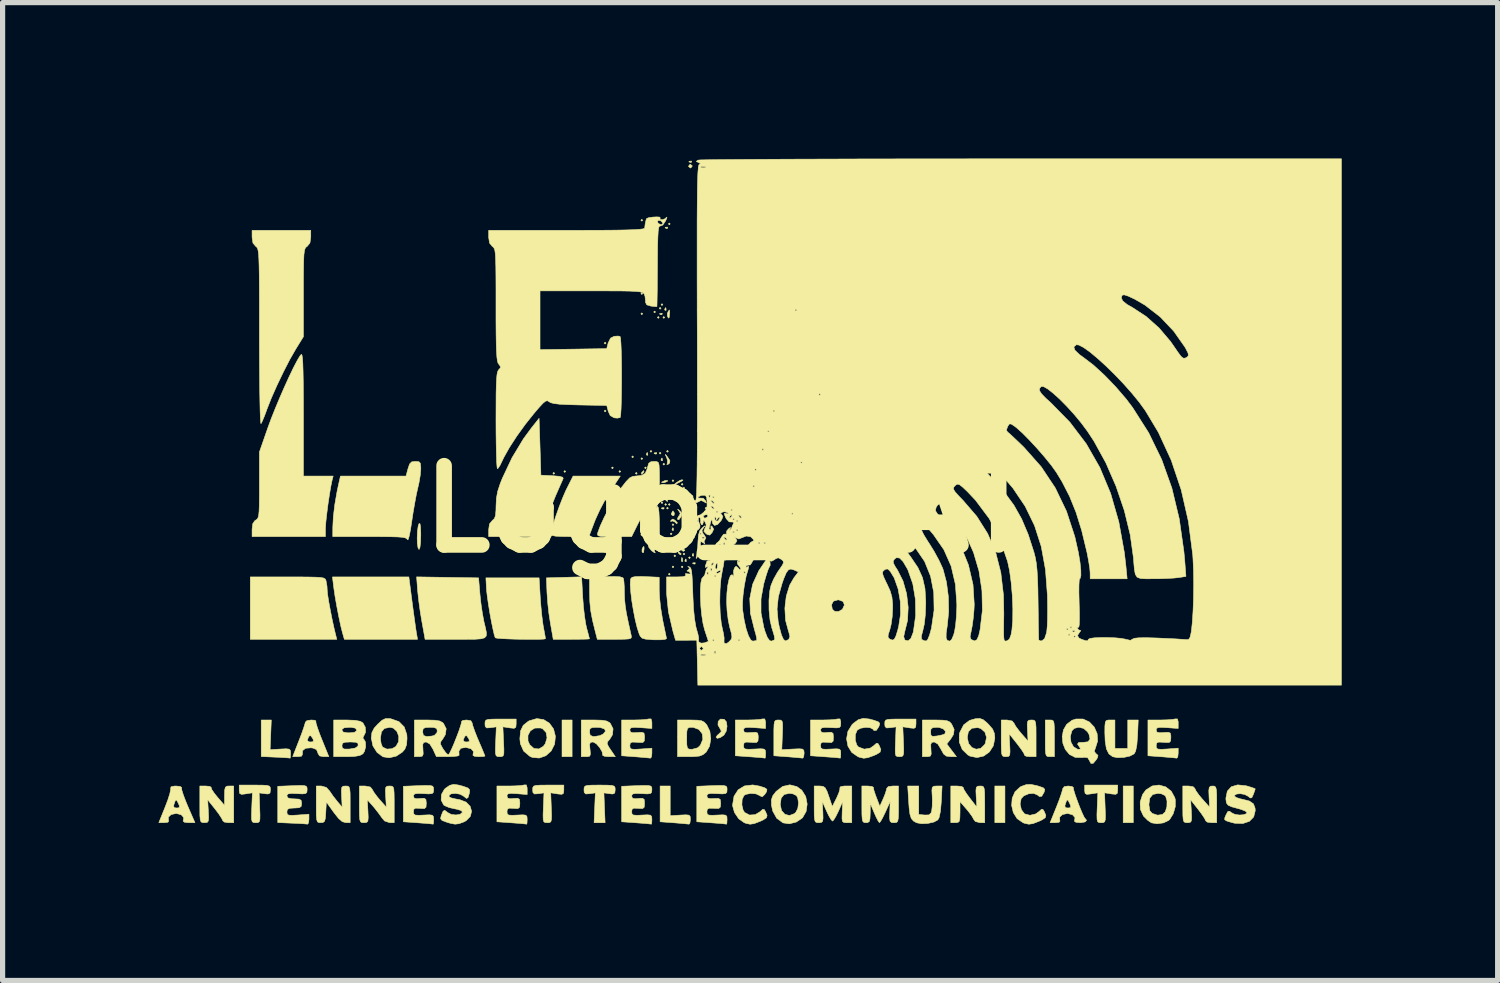
<source format=kicad_pcb>
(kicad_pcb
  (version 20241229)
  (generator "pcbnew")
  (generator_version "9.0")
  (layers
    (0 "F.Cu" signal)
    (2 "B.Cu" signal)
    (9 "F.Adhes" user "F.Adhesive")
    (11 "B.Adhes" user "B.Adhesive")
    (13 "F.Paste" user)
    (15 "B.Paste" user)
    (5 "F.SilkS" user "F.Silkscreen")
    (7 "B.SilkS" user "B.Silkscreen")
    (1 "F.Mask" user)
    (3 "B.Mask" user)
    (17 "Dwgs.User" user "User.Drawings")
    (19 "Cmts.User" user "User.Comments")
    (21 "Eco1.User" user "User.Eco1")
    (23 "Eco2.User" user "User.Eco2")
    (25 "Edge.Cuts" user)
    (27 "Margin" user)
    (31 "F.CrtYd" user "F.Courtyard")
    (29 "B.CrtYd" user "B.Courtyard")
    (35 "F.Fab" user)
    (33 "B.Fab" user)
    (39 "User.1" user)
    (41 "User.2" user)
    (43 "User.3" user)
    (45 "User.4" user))
  (footprint "Logo_LEAT"
    (layer "F.Cu")
    (at 10.936 6.743)
    (property "Reference" "Logo_LEAT" (at 0 0 0) (layer "F.SilkS") (effects (font (size 1.524 1.524) (thickness 0.3))))
    (attr through_hole)
    (fp_poly (pts (xy -3.316 -0.688) (xy -3.334 -0.67) (xy -3.351 -0.688) (xy -3.334 -0.706) (xy -3.316 -0.688)) (stroke (width 0.01) (type solid)) (fill yes) (layer "F.SilkS"))
    (fp_poly (pts (xy -3.104 -0.723) (xy -3.122 -0.706) (xy -3.14 -0.723) (xy -3.122 -0.741) (xy -3.104 -0.723)) (stroke (width 0.01) (type solid)) (fill yes) (layer "F.SilkS"))
    (fp_poly (pts (xy -2.981 4.763) (xy -3.175 4.763) (xy -3.175 4.057) (xy -2.981 4.057) (xy -2.981 4.763)) (stroke (width 0.01) (type solid)) (fill yes) (layer "F.SilkS"))
    (fp_poly (pts (xy -2.328 -3.193) (xy -2.346 -3.175) (xy -2.364 -3.193) (xy -2.346 -3.21) (xy -2.328 -3.193)) (stroke (width 0.01) (type solid)) (fill yes) (layer "F.SilkS"))
    (fp_poly (pts (xy -2.328 -1.887) (xy -2.346 -1.87) (xy -2.364 -1.887) (xy -2.346 -1.905) (xy -2.328 -1.887)) (stroke (width 0.01) (type solid)) (fill yes) (layer "F.SilkS"))
    (fp_poly (pts (xy -2.187 -0.794) (xy -2.205 -0.776) (xy -2.223 -0.794) (xy -2.205 -0.811) (xy -2.187 -0.794)) (stroke (width 0.01) (type solid)) (fill yes) (layer "F.SilkS"))
    (fp_poly (pts (xy -2.046 -0.723) (xy -2.064 -0.706) (xy -2.081 -0.723) (xy -2.064 -0.741) (xy -2.046 -0.723)) (stroke (width 0.01) (type solid)) (fill yes) (layer "F.SilkS"))
    (fp_poly (pts (xy -1.799 -1.005) (xy -1.817 -0.988) (xy -1.834 -1.005) (xy -1.817 -1.023) (xy -1.799 -1.005)) (stroke (width 0.01) (type solid)) (fill yes) (layer "F.SilkS"))
    (fp_poly (pts (xy -1.729 -0.688) (xy -1.746 -0.67) (xy -1.764 -0.688) (xy -1.746 -0.706) (xy -1.729 -0.688)) (stroke (width 0.01) (type solid)) (fill yes) (layer "F.SilkS"))
    (fp_poly (pts (xy -1.623 -5.556) (xy -1.64 -5.539) (xy -1.658 -5.556) (xy -1.64 -5.574) (xy -1.623 -5.556)) (stroke (width 0.01) (type solid)) (fill yes) (layer "F.SilkS"))
    (fp_poly (pts (xy -1.623 -4.145) (xy -1.64 -4.128) (xy -1.658 -4.145) (xy -1.64 -4.163) (xy -1.623 -4.145)) (stroke (width 0.01) (type solid)) (fill yes) (layer "F.SilkS"))
    (fp_poly (pts (xy -1.623 -3.757) (xy -1.64 -3.739) (xy -1.658 -3.757) (xy -1.64 -3.775) (xy -1.623 -3.757)) (stroke (width 0.01) (type solid)) (fill yes) (layer "F.SilkS"))
    (fp_poly (pts (xy -1.623 -0.97) (xy -1.64 -0.953) (xy -1.658 -0.97) (xy -1.64 -0.988) (xy -1.623 -0.97)) (stroke (width 0.01) (type solid)) (fill yes) (layer "F.SilkS"))
    (fp_poly (pts (xy -1.552 -0.794) (xy -1.57 -0.776) (xy -1.587 -0.794) (xy -1.57 -0.811) (xy -1.552 -0.794)) (stroke (width 0.01) (type solid)) (fill yes) (layer "F.SilkS"))
    (fp_poly (pts (xy -1.446 -1.111) (xy -1.464 -1.094) (xy -1.482 -1.111) (xy -1.464 -1.129) (xy -1.446 -1.111)) (stroke (width 0.01) (type solid)) (fill yes) (layer "F.SilkS"))
    (fp_poly (pts (xy -1.376 -3.792) (xy -1.393 -3.775) (xy -1.411 -3.792) (xy -1.393 -3.81) (xy -1.376 -3.792)) (stroke (width 0.01) (type solid)) (fill yes) (layer "F.SilkS"))
    (fp_poly (pts (xy -1.305 -3.687) (xy -1.323 -3.669) (xy -1.341 -3.687) (xy -1.323 -3.704) (xy -1.305 -3.687)) (stroke (width 0.01) (type solid)) (fill yes) (layer "F.SilkS"))
    (fp_poly (pts (xy -1.27 -3.863) (xy -1.288 -3.845) (xy -1.305 -3.863) (xy -1.288 -3.881) (xy -1.27 -3.863)) (stroke (width 0.01) (type solid)) (fill yes) (layer "F.SilkS"))
    (fp_poly (pts (xy -1.27 -1.076) (xy -1.288 -1.058) (xy -1.305 -1.076) (xy -1.288 -1.094) (xy -1.27 -1.076)) (stroke (width 0.01) (type solid)) (fill yes) (layer "F.SilkS"))
    (fp_poly (pts (xy -1.235 -3.933) (xy -1.252 -3.916) (xy -1.27 -3.933) (xy -1.252 -3.951) (xy -1.235 -3.933)) (stroke (width 0.01) (type solid)) (fill yes) (layer "F.SilkS"))
    (fp_poly (pts (xy -1.235 -0.123) (xy -1.252 -0.106) (xy -1.27 -0.123) (xy -1.252 -0.141) (xy -1.235 -0.123)) (stroke (width 0.01) (type solid)) (fill yes) (layer "F.SilkS"))
    (fp_poly (pts (xy -1.199 -3.687) (xy -1.217 -3.669) (xy -1.235 -3.687) (xy -1.217 -3.704) (xy -1.199 -3.687)) (stroke (width 0.01) (type solid)) (fill yes) (layer "F.SilkS"))
    (fp_poly (pts (xy -1.199 -0.864) (xy -1.217 -0.847) (xy -1.235 -0.864) (xy -1.217 -0.882) (xy -1.199 -0.864)) (stroke (width 0.01) (type solid)) (fill yes) (layer "F.SilkS"))
    (fp_poly (pts (xy -1.164 -0.088) (xy -1.182 -0.071) (xy -1.199 -0.088) (xy -1.182 -0.106) (xy -1.164 -0.088)) (stroke (width 0.01) (type solid)) (fill yes) (layer "F.SilkS"))
    (fp_poly (pts (xy -1.164 0.653) (xy -1.182 0.67) (xy -1.199 0.653) (xy -1.182 0.635) (xy -1.164 0.653)) (stroke (width 0.01) (type solid)) (fill yes) (layer "F.SilkS"))
    (fp_poly (pts (xy -1.129 -1.111) (xy -1.147 -1.094) (xy -1.164 -1.111) (xy -1.147 -1.129) (xy -1.129 -1.111)) (stroke (width 0.01) (type solid)) (fill yes) (layer "F.SilkS"))
    (fp_poly (pts (xy -1.129 -0.018) (xy -1.147 0) (xy -1.164 -0.018) (xy -1.147 -0.035) (xy -1.129 -0.018)) (stroke (width 0.01) (type solid)) (fill yes) (layer "F.SilkS"))
    (fp_poly (pts (xy -1.129 0.582) (xy -1.147 0.6) (xy -1.164 0.582) (xy -1.147 0.564) (xy -1.129 0.582)) (stroke (width 0.01) (type solid)) (fill yes) (layer "F.SilkS"))
    (fp_poly (pts (xy -1.094 -5.486) (xy -1.111 -5.468) (xy -1.129 -5.486) (xy -1.111 -5.503) (xy -1.094 -5.486)) (stroke (width 0.01) (type solid)) (fill yes) (layer "F.SilkS"))
    (fp_poly (pts (xy -1.094 -0.088) (xy -1.111 -0.071) (xy -1.129 -0.088) (xy -1.111 -0.106) (xy -1.094 -0.088)) (stroke (width 0.01) (type solid)) (fill yes) (layer "F.SilkS"))
    (fp_poly (pts (xy -1.094 1.252) (xy -1.111 1.27) (xy -1.129 1.252) (xy -1.111 1.235) (xy -1.094 1.252)) (stroke (width 0.01) (type solid)) (fill yes) (layer "F.SilkS"))
    (fp_poly (pts (xy -1.058 0.476) (xy -1.076 0.494) (xy -1.094 0.476) (xy -1.076 0.459) (xy -1.058 0.476)) (stroke (width 0.01) (type solid)) (fill yes) (layer "F.SilkS"))
    (fp_poly (pts (xy -1.023 -0.547) (xy -1.041 -0.529) (xy -1.058 -0.547) (xy -1.041 -0.564) (xy -1.023 -0.547)) (stroke (width 0.01) (type solid)) (fill yes) (layer "F.SilkS"))
    (fp_poly (pts (xy -1.023 0.3) (xy -1.041 0.318) (xy -1.058 0.3) (xy -1.041 0.282) (xy -1.023 0.3)) (stroke (width 0.01) (type solid)) (fill yes) (layer "F.SilkS"))
    (fp_poly (pts (xy -1.023 1.111) (xy -1.041 1.129) (xy -1.058 1.111) (xy -1.041 1.094) (xy -1.023 1.111)) (stroke (width 0.01) (type solid)) (fill yes) (layer "F.SilkS"))
    (fp_poly (pts (xy -0.988 0.9) (xy -1.005 0.917) (xy -1.023 0.9) (xy -1.005 0.882) (xy -0.988 0.9)) (stroke (width 0.01) (type solid)) (fill yes) (layer "F.SilkS"))
    (fp_poly (pts (xy -0.917 -0.406) (xy -0.935 -0.388) (xy -0.953 -0.406) (xy -0.935 -0.423) (xy -0.917 -0.406)) (stroke (width 0.01) (type solid)) (fill yes) (layer "F.SilkS"))
    (fp_poly (pts (xy -0.917 0.688) (xy -0.935 0.706) (xy -0.953 0.688) (xy -0.935 0.67) (xy -0.917 0.688)) (stroke (width 0.01) (type solid)) (fill yes) (layer "F.SilkS"))
    (fp_poly (pts (xy -0.847 -0.476) (xy -0.864 -0.459) (xy -0.882 -0.476) (xy -0.864 -0.494) (xy -0.847 -0.476)) (stroke (width 0.01) (type solid)) (fill yes) (layer "F.SilkS"))
    (fp_poly (pts (xy -0.847 1.111) (xy -0.864 1.129) (xy -0.882 1.111) (xy -0.864 1.094) (xy -0.847 1.111)) (stroke (width 0.01) (type solid)) (fill yes) (layer "F.SilkS"))
    (fp_poly (pts (xy -0.811 0.864) (xy -0.829 0.882) (xy -0.847 0.864) (xy -0.829 0.847) (xy -0.811 0.864)) (stroke (width 0.01) (type solid)) (fill yes) (layer "F.SilkS"))
    (fp_poly (pts (xy -0.706 0.935) (xy -0.723 0.953) (xy -0.741 0.935) (xy -0.723 0.917) (xy -0.706 0.935)) (stroke (width 0.01) (type solid)) (fill yes) (layer "F.SilkS"))
    (fp_poly (pts (xy -0.388 -0.018) (xy -0.406 0) (xy -0.423 -0.018) (xy -0.406 -0.035) (xy -0.388 -0.018)) (stroke (width 0.01) (type solid)) (fill yes) (layer "F.SilkS"))
    (fp_poly (pts (xy -0.318 0.406) (xy -0.335 0.423) (xy -0.353 0.406) (xy -0.335 0.388) (xy -0.318 0.406)) (stroke (width 0.01) (type solid)) (fill yes) (layer "F.SilkS"))
    (fp_poly (pts (xy 5.345 6.032) (xy 5.151 6.032) (xy 5.151 5.327) (xy 5.345 5.327) (xy 5.345 6.032)) (stroke (width 0.01) (type solid)) (fill yes) (layer "F.SilkS"))
    (fp_poly (pts (xy 7.814 6.032) (xy 7.62 6.032) (xy 7.62 5.327) (xy 7.814 5.327) (xy 7.814 6.032)) (stroke (width 0.01) (type solid)) (fill yes) (layer "F.SilkS"))
    (fp_poly (pts (xy -1.529 -1.082) (xy -1.524 -1.04) (xy -1.529 -1.035) (xy -1.55 -1.04) (xy -1.552 -1.058) (xy -1.539 -1.087) (xy -1.529 -1.082)) (stroke (width 0.01) (type solid)) (fill yes) (layer "F.SilkS"))
    (fp_poly (pts (xy -1.352 -1.082) (xy -1.357 -1.061) (xy -1.376 -1.058) (xy -1.405 -1.071) (xy -1.399 -1.082) (xy -1.357 -1.086) (xy -1.352 -1.082)) (stroke (width 0.01) (type solid)) (fill yes) (layer "F.SilkS"))
    (fp_poly (pts (xy -1.246 -3.763) (xy -1.251 -3.742) (xy -1.27 -3.739) (xy -1.299 -3.752) (xy -1.294 -3.763) (xy -1.252 -3.767) (xy -1.246 -3.763)) (stroke (width 0.01) (type solid)) (fill yes) (layer "F.SilkS"))
    (fp_poly (pts (xy -1.246 -0.976) (xy -1.242 -0.934) (xy -1.246 -0.929) (xy -1.267 -0.934) (xy -1.27 -0.953) (xy -1.257 -0.982) (xy -1.246 -0.976)) (stroke (width 0.01) (type solid)) (fill yes) (layer "F.SilkS"))
    (fp_poly (pts (xy -1.211 -0.024) (xy -1.216 -0.003) (xy -1.235 0) (xy -1.264 -0.013) (xy -1.258 -0.024) (xy -1.216 -0.028) (xy -1.211 -0.024)) (stroke (width 0.01) (type solid)) (fill yes) (layer "F.SilkS"))
    (fp_poly (pts (xy -1.211 0.717) (xy -1.216 0.738) (xy -1.235 0.741) (xy -1.264 0.728) (xy -1.258 0.717) (xy -1.216 0.713) (xy -1.211 0.717)) (stroke (width 0.01) (type solid)) (fill yes) (layer "F.SilkS"))
    (fp_poly (pts (xy -1.176 -3.869) (xy -1.172 -3.827) (xy -1.176 -3.822) (xy -1.197 -3.827) (xy -1.199 -3.845) (xy -1.187 -3.874) (xy -1.176 -3.869)) (stroke (width 0.01) (type solid)) (fill yes) (layer "F.SilkS"))
    (fp_poly (pts (xy -1.141 -5.421) (xy -1.145 -5.4) (xy -1.164 -5.397) (xy -1.193 -5.41) (xy -1.188 -5.421) (xy -1.146 -5.425) (xy -1.141 -5.421)) (stroke (width 0.01) (type solid)) (fill yes) (layer "F.SilkS"))
    (fp_poly (pts (xy -1.035 0.365) (xy -1.031 0.406) (xy -1.035 0.412) (xy -1.056 0.407) (xy -1.058 0.388) (xy -1.045 0.359) (xy -1.035 0.365)) (stroke (width 0.01) (type solid)) (fill yes) (layer "F.SilkS"))
    (fp_poly (pts (xy -0.858 0.946) (xy -0.854 1.001) (xy -0.861 1.014) (xy -0.877 1.003) (xy -0.879 0.967) (xy -0.871 0.93) (xy -0.858 0.946)) (stroke (width 0.01) (type solid)) (fill yes) (layer "F.SilkS"))
    (fp_poly (pts (xy -0.788 0.964) (xy -0.784 1.006) (xy -0.788 1.011) (xy -0.809 1.006) (xy -0.811 0.988) (xy -0.798 0.959) (xy -0.788 0.964)) (stroke (width 0.01) (type solid)) (fill yes) (layer "F.SilkS"))
    (fp_poly (pts (xy -0.682 -6.691) (xy -0.687 -6.67) (xy -0.706 -6.668) (xy -0.735 -6.68) (xy -0.729 -6.691) (xy -0.687 -6.695) (xy -0.682 -6.691)) (stroke (width 0.01) (type solid)) (fill yes) (layer "F.SilkS"))
    (fp_poly (pts (xy -0.647 0.858) (xy -0.643 0.9) (xy -0.647 0.905) (xy -0.668 0.901) (xy -0.67 0.882) (xy -0.657 0.853) (xy -0.647 0.858)) (stroke (width 0.01) (type solid)) (fill yes) (layer "F.SilkS"))
    (fp_poly (pts (xy -0.611 1.035) (xy -0.616 1.056) (xy -0.635 1.058) (xy -0.664 1.045) (xy -0.659 1.035) (xy -0.617 1.031) (xy -0.611 1.035)) (stroke (width 0.01) (type solid)) (fill yes) (layer "F.SilkS"))
    (fp_poly (pts (xy -1.144 -0.215) (xy -1.141 -0.192) (xy -1.148 -0.145) (xy -1.174 -0.164) (xy -1.18 -0.174) (xy -1.179 -0.218) (xy -1.171 -0.225) (xy -1.144 -0.215)) (stroke (width 0.01) (type solid)) (fill yes) (layer "F.SilkS"))
    (fp_poly (pts (xy -0.923 0.826) (xy -0.885 0.858) (xy -0.882 0.866) (xy -0.899 0.881) (xy -0.934 0.848) (xy -0.938 0.841) (xy -0.942 0.817) (xy -0.923 0.826)) (stroke (width 0.01) (type solid)) (fill yes) (layer "F.SilkS"))
    (fp_poly (pts (xy -0.915 -0.334) (xy -0.884 -0.305) (xy -0.92 -0.294) (xy -0.933 -0.294) (xy -0.969 -0.31) (xy -0.966 -0.324) (xy -0.925 -0.338) (xy -0.915 -0.334)) (stroke (width 0.01) (type solid)) (fill yes) (layer "F.SilkS"))
    (fp_poly (pts (xy -1.599 -0.718) (xy -1.605 -0.706) (xy -1.638 -0.672) (xy -1.645 -0.67) (xy -1.647 -0.693) (xy -1.64 -0.706) (xy -1.607 -0.739) (xy -1.601 -0.741) (xy -1.599 -0.718)) (stroke (width 0.01) (type solid)) (fill yes) (layer "F.SilkS"))
    (fp_poly (pts (xy -1.596 0.757) (xy -1.597 0.768) (xy -1.605 0.834) (xy -1.621 0.839) (xy -1.636 0.819) (xy -1.635 0.768) (xy -1.622 0.74) (xy -1.6 0.716) (xy -1.596 0.757)) (stroke (width 0.01) (type solid)) (fill yes) (layer "F.SilkS"))
    (fp_poly (pts (xy -1.141 -0.547) (xy -1.144 -0.537) (xy -1.195 -0.513) (xy -1.221 -0.507) (xy -1.258 -0.511) (xy -1.255 -0.521) (xy -1.203 -0.545) (xy -1.178 -0.551) (xy -1.141 -0.547)) (stroke (width 0.01) (type solid)) (fill yes) (layer "F.SilkS"))
    (fp_poly (pts (xy -1.104 -3.802) (xy -1.106 -3.765) (xy -1.112 -3.689) (xy -1.124 -3.674) (xy -1.146 -3.704) (xy -1.149 -3.76) (xy -1.134 -3.799) (xy -1.111 -3.831) (xy -1.104 -3.802)) (stroke (width 0.01) (type solid)) (fill yes) (layer "F.SilkS"))
    (fp_poly (pts (xy -1.021 0.062) (xy -1.013 0.082) (xy -1.021 0.124) (xy -1.041 0.129) (xy -1.072 0.105) (xy -1.069 0.082) (xy -1.047 0.04) (xy -1.041 0.035) (xy -1.021 0.062)) (stroke (width 0.01) (type solid)) (fill yes) (layer "F.SilkS"))
    (fp_poly (pts (xy -0.999 -0.365) (xy -1.005 -0.353) (xy -1.039 -0.319) (xy -1.045 -0.318) (xy -1.047 -0.34) (xy -1.041 -0.353) (xy -1.007 -0.386) (xy -1.001 -0.388) (xy -0.999 -0.365)) (stroke (width 0.01) (type solid)) (fill yes) (layer "F.SilkS"))
    (fp_poly (pts (xy -0.847 -0.558) (xy -0.879 -0.534) (xy -0.953 -0.497) (xy -1.011 -0.47) (xy -1.011 -0.478) (xy -0.972 -0.51) (xy -0.907 -0.552) (xy -0.869 -0.564) (xy -0.847 -0.558)) (stroke (width 0.01) (type solid)) (fill yes) (layer "F.SilkS"))
    (fp_poly (pts (xy -0.847 0.758) (xy -0.813 0.79) (xy -0.811 0.796) (xy -0.839 0.811) (xy -0.847 0.811) (xy -0.881 0.784) (xy -0.882 0.774) (xy -0.86 0.753) (xy -0.847 0.758)) (stroke (width 0.01) (type solid)) (fill yes) (layer "F.SilkS"))
    (fp_poly (pts (xy -0.822 -0.401) (xy -0.829 -0.388) (xy -0.862 -0.354) (xy -0.868 -0.353) (xy -0.871 -0.376) (xy -0.864 -0.388) (xy -0.831 -0.422) (xy -0.825 -0.423) (xy -0.822 -0.401)) (stroke (width 0.01) (type solid)) (fill yes) (layer "F.SilkS"))
    (fp_poly (pts (xy -0.671 -6.605) (xy -0.67 -6.597) (xy -0.697 -6.563) (xy -0.706 -6.562) (xy -0.74 -6.589) (xy -0.741 -6.597) (xy -0.714 -6.631) (xy -0.706 -6.632) (xy -0.671 -6.605)) (stroke (width 0.01) (type solid)) (fill yes) (layer "F.SilkS"))
    (fp_poly (pts (xy -1.179 -1.045) (xy -1.148 -1.007) (xy -1.1 -0.933) (xy -1.106 -0.885) (xy -1.134 -0.861) (xy -1.159 -0.857) (xy -1.15 -0.876) (xy -1.145 -0.935) (xy -1.164 -0.996) (xy -1.19 -1.05) (xy -1.179 -1.045)) (stroke (width 0.01) (type solid)) (fill yes) (layer "F.SilkS"))
    (fp_poly (pts (xy -1.002 0.214) (xy -0.956 0.263) (xy -0.966 0.282) (xy -0.968 0.282) (xy -0.998 0.257) (xy -1.006 0.246) (xy -1.05 0.228) (xy -1.066 0.234) (xy -1.088 0.236) (xy -1.078 0.215) (xy -1.043 0.191) (xy -1.002 0.214)) (stroke (width 0.01) (type solid)) (fill yes) (layer "F.SilkS"))
    (fp_poly (pts (xy -0.933 0.012) (xy -0.909 0.03) (xy -0.868 0.085) (xy -0.884 0.145) (xy -0.925 0.203) (xy -0.949 0.203) (xy -0.953 0.178) (xy -0.927 0.131) (xy -0.916 0.122) (xy -0.901 0.081) (xy -0.924 0.041) (xy -0.952 0.002) (xy -0.933 0.012)) (stroke (width 0.01) (type solid)) (fill yes) (layer "F.SilkS"))
    (fp_poly (pts (xy -0.811 0.485) (xy -0.837 0.54) (xy -0.845 0.546) (xy -0.864 0.592) (xy -0.859 0.618) (xy -0.851 0.664) (xy -0.857 0.67) (xy -0.883 0.643) (xy -0.892 0.625) (xy -0.887 0.563) (xy -0.86 0.512) (xy -0.824 0.476) (xy -0.811 0.485)) (stroke (width 0.01) (type solid)) (fill yes) (layer "F.SilkS"))
    (fp_poly (pts (xy -5.897 0.338) (xy -5.892 0.465) (xy -5.892 0.503) (xy -5.896 0.64) (xy -5.907 0.735) (xy -5.924 0.776) (xy -5.927 0.776) (xy -5.945 0.744) (xy -5.958 0.659) (xy -5.961 0.556) (xy -5.956 0.431) (xy -5.942 0.329) (xy -5.927 0.282) (xy -5.908 0.279) (xy -5.897 0.338)) (stroke (width 0.01) (type solid)) (fill yes) (layer "F.SilkS"))
    (fp_poly (pts (xy 6.209 4.057) (xy 6.249 4.059) (xy 6.275 4.074) (xy 6.289 4.115) (xy 6.295 4.194) (xy 6.297 4.325) (xy 6.297 4.41) (xy 6.297 4.763) (xy 6.209 4.763) (xy 6.169 4.76) (xy 6.143 4.745) (xy 6.129 4.705) (xy 6.122 4.625) (xy 6.121 4.494) (xy 6.121 4.41) (xy 6.121 4.057) (xy 6.209 4.057)) (stroke (width 0.01) (type solid)) (fill yes) (layer "F.SilkS"))
    (fp_poly (pts (xy -8.79 4.628) (xy -8.593 4.616) (xy -8.481 4.611) (xy -8.422 4.618) (xy -8.4 4.644) (xy -8.396 4.698) (xy -8.396 4.701) (xy -8.399 4.769) (xy -8.405 4.791) (xy -8.442 4.786) (xy -8.531 4.78) (xy -8.656 4.773) (xy -8.687 4.772) (xy -8.961 4.76) (xy -8.961 4.057) (xy -8.864 4.057) (xy -8.767 4.057) (xy -8.79 4.628)) (stroke (width 0.01) (type solid)) (fill yes) (layer "F.SilkS"))
    (fp_poly (pts (xy -6.058 1.79) (xy -6.033 1.978) (xy -6.009 2.15) (xy -5.99 2.289) (xy -5.976 2.379) (xy -5.974 2.39) (xy -5.954 2.505) (xy -7.362 2.505) (xy -7.4 2.372) (xy -7.432 2.244) (xy -7.469 2.069) (xy -7.507 1.873) (xy -7.541 1.678) (xy -7.566 1.508) (xy -7.568 1.49) (xy -7.591 1.305) (xy -6.121 1.305) (xy -6.058 1.79)) (stroke (width 0.01) (type solid)) (fill yes) (layer "F.SilkS"))
    (fp_poly (pts (xy -1.191 5.327) (xy -1.094 5.327) (xy -1.094 5.898) (xy -0.9 5.886) (xy -0.789 5.881) (xy -0.731 5.888) (xy -0.709 5.915) (xy -0.706 5.97) (xy -0.706 5.971) (xy -0.714 6.039) (xy -0.732 6.061) (xy -0.778 6.056) (xy -0.874 6.047) (xy -1.002 6.036) (xy -1.023 6.035) (xy -1.288 6.015) (xy -1.288 5.327) (xy -1.191 5.327)) (stroke (width 0.01) (type solid)) (fill yes) (layer "F.SilkS"))
    (fp_poly (pts (xy -0.056 4.043) (xy -0.013 4.092) (xy -0.00031 4.178) (xy -0.016 4.272) (xy -0.061 4.348) (xy -0.065 4.351) (xy -0.132 4.396) (xy -0.189 4.41) (xy -0.212 4.387) (xy -0.187 4.351) (xy -0.15 4.319) (xy -0.11 4.275) (xy -0.13 4.231) (xy -0.132 4.229) (xy -0.175 4.154) (xy -0.171 4.084) (xy -0.129 4.04) (xy -0.056 4.043)) (stroke (width 0.01) (type solid)) (fill yes) (layer "F.SilkS"))
    (fp_poly (pts (xy -8.211 1.305) (xy -8.03 1.307) (xy -7.901 1.31) (xy -7.815 1.316) (xy -7.762 1.326) (xy -7.733 1.342) (xy -7.719 1.363) (xy -7.713 1.385) (xy -7.696 1.481) (xy -7.691 1.57) (xy -7.683 1.649) (xy -7.663 1.779) (xy -7.633 1.939) (xy -7.599 2.112) (xy -7.563 2.278) (xy -7.532 2.408) (xy -7.507 2.505) (xy -9.172 2.505) (xy -9.172 1.305) (xy -8.453 1.305) (xy -8.211 1.305)) (stroke (width 0.01) (type solid)) (fill yes) (layer "F.SilkS"))
    (fp_poly (pts (xy -2.776 1.701) (xy -2.762 1.885) (xy -2.741 2.066) (xy -2.717 2.218) (xy -2.7 2.293) (xy -2.671 2.4) (xy -2.652 2.474) (xy -2.646 2.496) (xy -2.679 2.5) (xy -2.767 2.503) (xy -2.896 2.504) (xy -2.995 2.505) (xy -3.344 2.505) (xy -3.398 2.196) (xy -3.427 2.009) (xy -3.45 1.803) (xy -3.463 1.621) (xy -3.464 1.605) (xy -3.475 1.323) (xy -2.798 1.303) (xy -2.776 1.701)) (stroke (width 0.01) (type solid)) (fill yes) (layer "F.SilkS"))
    (fp_poly (pts (xy -4.78 1.323) (xy -4.754 1.632) (xy -4.735 1.81) (xy -4.708 1.996) (xy -4.679 2.154) (xy -4.675 2.172) (xy -4.646 2.292) (xy -4.629 2.38) (xy -4.632 2.44) (xy -4.665 2.477) (xy -4.735 2.496) (xy -4.852 2.504) (xy -5.023 2.505) (xy -5.215 2.505) (xy -5.809 2.505) (xy -5.871 2.161) (xy -5.902 1.975) (xy -5.929 1.78) (xy -5.948 1.608) (xy -5.953 1.56) (xy -5.972 1.304) (xy -4.78 1.323)) (stroke (width 0.01) (type solid)) (fill yes) (layer "F.SilkS"))
    (fp_poly (pts (xy -2.245 -0.345) (xy -2.347 -0.176) (xy -2.448 0.016) (xy -2.53 0.195) (xy -2.547 0.237) (xy -2.658 0.529) (xy -3.022 0.529) (xy -3.191 0.527) (xy -3.3 0.521) (xy -3.361 0.508) (xy -3.385 0.488) (xy -3.387 0.478) (xy -3.374 0.4) (xy -3.339 0.274) (xy -3.288 0.119) (xy -3.228 -0.049) (xy -3.164 -0.213) (xy -3.103 -0.354) (xy -3.082 -0.397) (xy -2.962 -0.635) (xy -2.054 -0.635) (xy -2.245 -0.345)) (stroke (width 0.01) (type solid)) (fill yes) (layer "F.SilkS"))
    (fp_poly (pts (xy 7.809 4.057) (xy 7.909 4.057) (xy 7.897 4.356) (xy 7.883 4.537) (xy 7.86 4.654) (xy 7.832 4.707) (xy 7.75 4.751) (xy 7.632 4.777) (xy 7.507 4.781) (xy 7.417 4.763) (xy 7.344 4.708) (xy 7.297 4.612) (xy 7.273 4.463) (xy 7.267 4.302) (xy 7.268 4.173) (xy 7.276 4.1) (xy 7.295 4.067) (xy 7.334 4.057) (xy 7.364 4.057) (xy 7.461 4.057) (xy 7.461 4.604) (xy 7.708 4.604) (xy 7.708 4.057) (xy 7.809 4.057)) (stroke (width 0.01) (type solid)) (fill yes) (layer "F.SilkS"))
    (fp_poly (pts (xy -2.307 5.31) (xy -2.218 5.315) (xy -2.172 5.329) (xy -2.155 5.355) (xy -2.152 5.399) (xy -2.152 5.4) (xy -2.16 5.462) (xy -2.199 5.481) (xy -2.261 5.475) (xy -2.369 5.459) (xy -2.358 5.746) (xy -2.346 6.033) (xy -2.558 6.033) (xy -2.546 5.746) (xy -2.534 5.459) (xy -2.643 5.475) (xy -2.719 5.48) (xy -2.748 5.451) (xy -2.752 5.4) (xy -2.749 5.356) (xy -2.732 5.329) (xy -2.688 5.315) (xy -2.6 5.31) (xy -2.457 5.309) (xy -2.452 5.309) (xy -2.307 5.31)) (stroke (width 0.01) (type solid)) (fill yes) (layer "F.SilkS"))
    (fp_poly (pts (xy 7.514 5.404) (xy 7.508 5.466) (xy 7.477 5.487) (xy 7.4 5.48) (xy 7.388 5.478) (xy 7.262 5.458) (xy 7.273 5.745) (xy 7.278 5.887) (xy 7.276 5.972) (xy 7.264 6.015) (xy 7.237 6.031) (xy 7.197 6.033) (xy 7.153 6.03) (xy 7.128 6.013) (xy 7.117 5.967) (xy 7.115 5.878) (xy 7.12 5.745) (xy 7.132 5.458) (xy 7.005 5.478) (xy 6.922 5.488) (xy 6.887 5.47) (xy 6.879 5.413) (xy 6.879 5.404) (xy 6.879 5.309) (xy 7.514 5.309) (xy 7.514 5.404)) (stroke (width 0.01) (type solid)) (fill yes) (layer "F.SilkS"))
    (fp_poly (pts (xy 1.031 4.059) (xy 1.057 4.077) (xy 1.068 4.123) (xy 1.069 4.212) (xy 1.064 4.342) (xy 1.053 4.628) (xy 1.267 4.616) (xy 1.385 4.611) (xy 1.449 4.616) (xy 1.476 4.638) (xy 1.482 4.685) (xy 1.482 4.701) (xy 1.473 4.769) (xy 1.455 4.791) (xy 1.409 4.786) (xy 1.313 4.777) (xy 1.185 4.766) (xy 1.164 4.765) (xy 0.9 4.745) (xy 0.9 4.401) (xy 0.9 4.243) (xy 0.904 4.143) (xy 0.915 4.087) (xy 0.936 4.063) (xy 0.97 4.057) (xy 0.988 4.057) (xy 1.031 4.059)) (stroke (width 0.01) (type solid)) (fill yes) (layer "F.SilkS"))
    (fp_poly (pts (xy -3.594 1.693) (xy -3.58 1.876) (xy -3.562 2.059) (xy -3.542 2.213) (xy -3.532 2.273) (xy -3.511 2.385) (xy -3.497 2.466) (xy -3.493 2.494) (xy -3.525 2.501) (xy -3.613 2.505) (xy -3.74 2.506) (xy -3.891 2.505) (xy -4.05 2.503) (xy -4.202 2.498) (xy -4.331 2.492) (xy -4.422 2.484) (xy -4.459 2.476) (xy -4.478 2.42) (xy -4.503 2.311) (xy -4.533 2.166) (xy -4.563 2.001) (xy -4.59 1.834) (xy -4.612 1.682) (xy -4.626 1.562) (xy -4.628 1.535) (xy -4.639 1.323) (xy -3.616 1.323) (xy -3.594 1.693)) (stroke (width 0.01) (type solid)) (fill yes) (layer "F.SilkS"))
    (fp_poly (pts (xy -2.063 1.302) (xy -2.008 1.318) (xy -1.993 1.335) (xy -1.984 1.392) (xy -1.977 1.497) (xy -1.975 1.617) (xy -1.971 1.734) (xy -1.959 1.856) (xy -1.937 1.999) (xy -1.9 2.178) (xy -1.849 2.408) (xy -1.845 2.425) (xy -1.839 2.462) (xy -1.851 2.485) (xy -1.893 2.498) (xy -1.977 2.503) (xy -2.117 2.505) (xy -2.161 2.505) (xy -2.496 2.505) (xy -2.535 2.355) (xy -2.589 2.136) (xy -2.623 1.955) (xy -2.64 1.783) (xy -2.645 1.599) (xy -2.646 1.31) (xy -2.329 1.299) (xy -2.166 1.296) (xy -2.063 1.302)) (stroke (width 0.01) (type solid)) (fill yes) (layer "F.SilkS"))
    (fp_poly (pts (xy -4.057 4.134) (xy -4.063 4.196) (xy -4.094 4.217) (xy -4.17 4.21) (xy -4.184 4.208) (xy -4.312 4.188) (xy -4.299 4.475) (xy -4.293 4.616) (xy -4.294 4.702) (xy -4.306 4.745) (xy -4.333 4.761) (xy -4.374 4.763) (xy -4.418 4.76) (xy -4.443 4.743) (xy -4.455 4.697) (xy -4.456 4.608) (xy -4.451 4.476) (xy -4.439 4.189) (xy -4.548 4.205) (xy -4.624 4.21) (xy -4.653 4.181) (xy -4.657 4.13) (xy -4.654 4.086) (xy -4.637 4.059) (xy -4.592 4.045) (xy -4.505 4.04) (xy -4.362 4.039) (xy -4.057 4.039) (xy -4.057 4.134)) (stroke (width 0.01) (type solid)) (fill yes) (layer "F.SilkS"))
    (fp_poly (pts (xy -3.14 5.404) (xy -3.146 5.466) (xy -3.177 5.487) (xy -3.254 5.48) (xy -3.266 5.478) (xy -3.392 5.458) (xy -3.381 5.745) (xy -3.376 5.887) (xy -3.378 5.972) (xy -3.39 6.015) (xy -3.417 6.031) (xy -3.457 6.033) (xy -3.501 6.03) (xy -3.526 6.013) (xy -3.537 5.967) (xy -3.539 5.878) (xy -3.534 5.746) (xy -3.522 5.459) (xy -3.631 5.475) (xy -3.706 5.48) (xy -3.735 5.451) (xy -3.739 5.4) (xy -3.737 5.356) (xy -3.72 5.329) (xy -3.675 5.315) (xy -3.588 5.31) (xy -3.445 5.309) (xy -3.14 5.309) (xy -3.14 5.404)) (stroke (width 0.01) (type solid)) (fill yes) (layer "F.SilkS"))
    (fp_poly (pts (xy 3.634 4.134) (xy 3.628 4.196) (xy 3.597 4.217) (xy 3.519 4.21) (xy 3.507 4.208) (xy 3.381 4.188) (xy 3.393 4.475) (xy 3.398 4.617) (xy 3.396 4.702) (xy 3.383 4.745) (xy 3.357 4.761) (xy 3.316 4.763) (xy 3.273 4.76) (xy 3.247 4.743) (xy 3.236 4.697) (xy 3.235 4.608) (xy 3.24 4.476) (xy 3.251 4.189) (xy 3.143 4.205) (xy 3.067 4.21) (xy 3.038 4.181) (xy 3.034 4.13) (xy 3.036 4.086) (xy 3.053 4.059) (xy 3.098 4.045) (xy 3.185 4.04) (xy 3.329 4.039) (xy 3.634 4.039) (xy 3.634 4.134)) (stroke (width 0.01) (type solid)) (fill yes) (layer "F.SilkS"))
    (fp_poly (pts (xy -8.939 5.31) (xy -8.85 5.315) (xy -8.804 5.329) (xy -8.787 5.355) (xy -8.784 5.399) (xy -8.784 5.4) (xy -8.792 5.462) (xy -8.831 5.481) (xy -8.893 5.475) (xy -9.001 5.459) (xy -8.99 5.746) (xy -8.985 5.887) (xy -8.987 5.972) (xy -8.999 6.015) (xy -9.026 6.031) (xy -9.066 6.033) (xy -9.11 6.03) (xy -9.135 6.013) (xy -9.147 5.967) (xy -9.148 5.878) (xy -9.143 5.745) (xy -9.131 5.458) (xy -9.258 5.478) (xy -9.341 5.488) (xy -9.376 5.47) (xy -9.384 5.413) (xy -9.384 5.404) (xy -9.384 5.309) (xy -9.084 5.309) (xy -8.939 5.31)) (stroke (width 0.01) (type solid)) (fill yes) (layer "F.SilkS"))
    (fp_poly (pts (xy -1.57 1.299) (xy -1.305 1.311) (xy -1.305 1.564) (xy -1.297 1.718) (xy -1.276 1.907) (xy -1.245 2.097) (xy -1.235 2.152) (xy -1.205 2.295) (xy -1.181 2.409) (xy -1.167 2.478) (xy -1.165 2.492) (xy -1.196 2.507) (xy -1.284 2.515) (xy -1.416 2.514) (xy -1.452 2.512) (xy -1.568 2.502) (xy -1.634 2.483) (xy -1.671 2.444) (xy -1.689 2.406) (xy -1.729 2.284) (xy -1.768 2.124) (xy -1.803 1.944) (xy -1.833 1.761) (xy -1.853 1.591) (xy -1.863 1.45) (xy -1.858 1.356) (xy -1.854 1.34) (xy -1.828 1.312) (xy -1.767 1.299) (xy -1.657 1.296) (xy -1.57 1.299)) (stroke (width 0.01) (type solid)) (fill yes) (layer "F.SilkS"))
    (fp_poly (pts (xy 3.687 5.874) (xy 3.8 5.885) (xy 3.882 5.883) (xy 3.922 5.848) (xy 3.936 5.807) (xy 3.946 5.722) (xy 3.949 5.6) (xy 3.946 5.523) (xy 3.94 5.411) (xy 3.947 5.353) (xy 3.975 5.331) (xy 4.03 5.327) (xy 4.035 5.327) (xy 4.136 5.327) (xy 4.121 5.628) (xy 4.105 5.81) (xy 4.08 5.931) (xy 4.054 5.979) (xy 3.976 6.021) (xy 3.86 6.047) (xy 3.738 6.052) (xy 3.646 6.034) (xy 3.585 6) (xy 3.544 5.951) (xy 3.518 5.871) (xy 3.502 5.747) (xy 3.493 5.618) (xy 3.475 5.327) (xy 3.581 5.327) (xy 3.687 5.327) (xy 3.687 5.874)) (stroke (width 0.01) (type solid)) (fill yes) (layer "F.SilkS"))
    (fp_poly (pts (xy -3.598 -1.199) (xy -3.581 -0.653) (xy -3.357 -0.642) (xy -3.227 -0.631) (xy -3.161 -0.613) (xy -3.152 -0.589) (xy -3.174 -0.539) (xy -3.217 -0.442) (xy -3.272 -0.316) (xy -3.295 -0.265) (xy -3.364 -0.094) (xy -3.429 0.094) (xy -3.477 0.259) (xy -3.48 0.273) (xy -3.541 0.529) (xy -4.586 0.529) (xy -4.586 0.397) (xy -4.57 0.285) (xy -4.517 0.221) (xy -4.516 0.22) (xy -4.477 0.184) (xy -4.455 0.126) (xy -4.446 0.027) (xy -4.444 -0.062) (xy -4.437 -0.208) (xy -4.412 -0.343) (xy -4.362 -0.495) (xy -4.321 -0.597) (xy -4.136 -0.989) (xy -3.917 -1.352) (xy -3.767 -1.556) (xy -3.616 -1.746) (xy -3.598 -1.199)) (stroke (width 0.01) (type solid)) (fill yes) (layer "F.SilkS"))
    (fp_poly (pts (xy -3.528 4.049) (xy -3.417 4.119) (xy -3.338 4.229) (xy -3.302 4.37) (xy -3.317 4.521) (xy -3.383 4.652) (xy -3.487 4.745) (xy -3.614 4.789) (xy -3.746 4.777) (xy -3.792 4.757) (xy -3.913 4.655) (xy -3.976 4.514) (xy -3.986 4.416) (xy -3.98 4.354) (xy -3.83 4.354) (xy -3.829 4.461) (xy -3.796 4.533) (xy -3.716 4.604) (xy -3.622 4.614) (xy -3.535 4.564) (xy -3.497 4.513) (xy -3.463 4.4) (xy -3.481 4.298) (xy -3.547 4.227) (xy -3.587 4.211) (xy -3.698 4.212) (xy -3.783 4.265) (xy -3.83 4.354) (xy -3.98 4.354) (xy -3.972 4.265) (xy -3.921 4.16) (xy -3.824 4.082) (xy -3.805 4.072) (xy -3.661 4.03) (xy -3.528 4.049)) (stroke (width 0.01) (type solid)) (fill yes) (layer "F.SilkS"))
    (fp_poly (pts (xy 4.908 5.329) (xy 4.934 5.344) (xy 4.948 5.385) (xy 4.955 5.464) (xy 4.956 5.595) (xy 4.957 5.68) (xy 4.957 6.032) (xy 4.862 6.032) (xy 4.777 6.01) (xy 4.746 5.971) (xy 4.712 5.909) (xy 4.647 5.821) (xy 4.603 5.768) (xy 4.481 5.627) (xy 4.481 5.83) (xy 4.478 5.944) (xy 4.467 6.005) (xy 4.44 6.028) (xy 4.392 6.032) (xy 4.304 6.032) (xy 4.304 5.327) (xy 4.427 5.327) (xy 4.506 5.334) (xy 4.542 5.352) (xy 4.542 5.356) (xy 4.558 5.397) (xy 4.607 5.475) (xy 4.669 5.559) (xy 4.804 5.733) (xy 4.792 5.53) (xy 4.787 5.416) (xy 4.794 5.355) (xy 4.818 5.331) (xy 4.867 5.327) (xy 4.868 5.327) (xy 4.908 5.329)) (stroke (width 0.01) (type solid)) (fill yes) (layer "F.SilkS"))
    (fp_poly (pts (xy -9.952 5.334) (xy -9.924 5.351) (xy -9.925 5.354) (xy -9.913 5.392) (xy -9.864 5.466) (xy -9.805 5.539) (xy -9.668 5.697) (xy -9.667 5.512) (xy -9.664 5.404) (xy -9.65 5.349) (xy -9.618 5.329) (xy -9.578 5.327) (xy -9.49 5.327) (xy -9.49 6.032) (xy -9.596 6.032) (xy -9.67 6.021) (xy -9.701 5.994) (xy -9.701 5.993) (xy -9.722 5.948) (xy -9.776 5.866) (xy -9.846 5.773) (xy -9.991 5.592) (xy -9.978 5.812) (xy -9.973 5.932) (xy -9.978 5.998) (xy -9.999 6.026) (xy -10.041 6.032) (xy -10.054 6.033) (xy -10.094 6.03) (xy -10.12 6.015) (xy -10.134 5.975) (xy -10.141 5.895) (xy -10.142 5.764) (xy -10.142 5.68) (xy -10.142 5.327) (xy -10.026 5.327) (xy -9.952 5.334)) (stroke (width 0.01) (type solid)) (fill yes) (layer "F.SilkS"))
    (fp_poly (pts (xy -5.929 -0.912) (xy -5.9 -0.882) (xy -5.892 -0.808) (xy -5.891 -0.772) (xy -5.901 -0.657) (xy -5.925 -0.512) (xy -5.948 -0.411) (xy -5.976 -0.286) (xy -6.008 -0.115) (xy -6.041 0.076) (xy -6.064 0.229) (xy -6.089 0.393) (xy -6.113 0.514) (xy -6.133 0.583) (xy -6.147 0.591) (xy -6.147 0.591) (xy -6.161 0.57) (xy -6.19 0.554) (xy -6.243 0.543) (xy -6.33 0.536) (xy -6.46 0.532) (xy -6.642 0.53) (xy -6.878 0.529) (xy -7.585 0.529) (xy -7.584 0.344) (xy -7.574 0.149) (xy -7.546 -0.086) (xy -7.503 -0.334) (xy -7.475 -0.467) (xy -7.437 -0.635) (xy -6.176 -0.635) (xy -6.138 -0.776) (xy -6.107 -0.867) (xy -6.068 -0.908) (xy -6 -0.917) (xy -5.996 -0.917) (xy -5.929 -0.912)) (stroke (width 0.01) (type solid)) (fill yes) (layer "F.SilkS"))
    (fp_poly (pts (xy 4.926 4.05) (xy 5.002 4.113) (xy 5.026 4.137) (xy 5.107 4.23) (xy 5.143 4.316) (xy 5.151 4.406) (xy 5.122 4.554) (xy 5.046 4.672) (xy 4.936 4.751) (xy 4.807 4.78) (xy 4.673 4.752) (xy 4.634 4.731) (xy 4.524 4.624) (xy 4.467 4.483) (xy 4.468 4.394) (xy 4.621 4.394) (xy 4.646 4.509) (xy 4.709 4.586) (xy 4.792 4.619) (xy 4.88 4.602) (xy 4.954 4.531) (xy 4.967 4.507) (xy 4.991 4.392) (xy 4.96 4.291) (xy 4.882 4.222) (xy 4.822 4.204) (xy 4.709 4.216) (xy 4.642 4.282) (xy 4.621 4.394) (xy 4.468 4.394) (xy 4.468 4.328) (xy 4.479 4.291) (xy 4.552 4.15) (xy 4.664 4.065) (xy 4.775 4.033) (xy 4.859 4.027) (xy 4.926 4.05)) (stroke (width 0.01) (type solid)) (fill yes) (layer "F.SilkS"))
    (fp_poly (pts (xy -0.576 4.06) (xy -0.493 4.071) (xy -0.439 4.098) (xy -0.393 4.147) (xy -0.391 4.15) (xy -0.331 4.273) (xy -0.313 4.419) (xy -0.337 4.561) (xy -0.401 4.673) (xy -0.404 4.676) (xy -0.463 4.724) (xy -0.532 4.751) (xy -0.633 4.761) (xy -0.722 4.763) (xy -0.953 4.763) (xy -0.953 4.41) (xy -0.776 4.41) (xy -0.775 4.527) (xy -0.765 4.59) (xy -0.739 4.616) (xy -0.688 4.621) (xy -0.672 4.621) (xy -0.563 4.591) (xy -0.514 4.543) (xy -0.466 4.428) (xy -0.478 4.322) (xy -0.541 4.24) (xy -0.646 4.2) (xy -0.676 4.198) (xy -0.731 4.201) (xy -0.761 4.222) (xy -0.774 4.277) (xy -0.776 4.382) (xy -0.776 4.41) (xy -0.953 4.41) (xy -0.953 4.057) (xy -0.708 4.057) (xy -0.576 4.06)) (stroke (width 0.01) (type solid)) (fill yes) (layer "F.SilkS"))
    (fp_poly (pts (xy 1.343 5.338) (xy 1.438 5.408) (xy 1.513 5.528) (xy 1.541 5.673) (xy 1.521 5.817) (xy 1.452 5.937) (xy 1.446 5.943) (xy 1.33 6.021) (xy 1.196 6.054) (xy 1.076 6.036) (xy 0.955 5.947) (xy 0.878 5.808) (xy 0.856 5.704) (xy 0.855 5.685) (xy 1.023 5.685) (xy 1.048 5.799) (xy 1.113 5.871) (xy 1.2 5.894) (xy 1.293 5.859) (xy 1.32 5.836) (xy 1.361 5.757) (xy 1.374 5.651) (xy 1.359 5.553) (xy 1.333 5.51) (xy 1.268 5.478) (xy 1.199 5.468) (xy 1.098 5.49) (xy 1.041 5.559) (xy 1.023 5.684) (xy 1.023 5.685) (xy 0.855 5.685) (xy 0.852 5.596) (xy 0.877 5.518) (xy 0.943 5.432) (xy 0.945 5.43) (xy 1.069 5.335) (xy 1.207 5.304) (xy 1.343 5.338)) (stroke (width 0.01) (type solid)) (fill yes) (layer "F.SilkS"))
    (fp_poly (pts (xy -7.298 5.329) (xy -7.272 5.344) (xy -7.258 5.385) (xy -7.251 5.464) (xy -7.25 5.595) (xy -7.25 5.68) (xy -7.25 6.032) (xy -7.338 6.031) (xy -7.403 6.012) (xy -7.474 5.95) (xy -7.565 5.835) (xy -7.567 5.832) (xy -7.708 5.635) (xy -7.719 5.834) (xy -7.727 5.947) (xy -7.743 6.006) (xy -7.774 6.029) (xy -7.816 6.032) (xy -7.855 6.03) (xy -7.88 6.015) (xy -7.894 5.973) (xy -7.901 5.892) (xy -7.902 5.759) (xy -7.902 5.68) (xy -7.902 5.327) (xy -7.804 5.327) (xy -7.708 5.354) (xy -7.645 5.424) (xy -7.58 5.519) (xy -7.501 5.619) (xy -7.495 5.627) (xy -7.404 5.733) (xy -7.415 5.53) (xy -7.419 5.416) (xy -7.412 5.355) (xy -7.388 5.331) (xy -7.339 5.327) (xy -7.338 5.327) (xy -7.298 5.329)) (stroke (width 0.01) (type solid)) (fill yes) (layer "F.SilkS"))
    (fp_poly (pts (xy 0.62 5.328) (xy 0.724 5.361) (xy 0.767 5.392) (xy 0.76 5.436) (xy 0.726 5.488) (xy 0.679 5.533) (xy 0.638 5.519) (xy 0.63 5.512) (xy 0.556 5.478) (xy 0.454 5.47) (xy 0.36 5.488) (xy 0.325 5.51) (xy 0.29 5.586) (xy 0.285 5.691) (xy 0.309 5.791) (xy 0.338 5.836) (xy 0.431 5.885) (xy 0.54 5.878) (xy 0.634 5.822) (xy 0.686 5.775) (xy 0.715 5.778) (xy 0.74 5.819) (xy 0.77 5.89) (xy 0.759 5.937) (xy 0.697 5.978) (xy 0.635 6.007) (xy 0.522 6.05) (xy 0.443 6.062) (xy 0.366 6.046) (xy 0.331 6.033) (xy 0.224 5.957) (xy 0.143 5.838) (xy 0.106 5.706) (xy 0.106 5.691) (xy 0.134 5.523) (xy 0.214 5.399) (xy 0.336 5.325) (xy 0.495 5.306) (xy 0.62 5.328)) (stroke (width 0.01) (type solid)) (fill yes) (layer "F.SilkS"))
    (fp_poly (pts (xy 8.437 5.343) (xy 8.544 5.426) (xy 8.613 5.551) (xy 8.623 5.593) (xy 8.622 5.725) (xy 8.582 5.862) (xy 8.514 5.971) (xy 8.495 5.988) (xy 8.395 6.036) (xy 8.27 6.053) (xy 8.163 6.035) (xy 8.09 5.985) (xy 8.014 5.909) (xy 8.009 5.903) (xy 7.951 5.777) (xy 7.948 5.685) (xy 8.114 5.685) (xy 8.132 5.801) (xy 8.176 5.853) (xy 8.281 5.888) (xy 8.375 5.874) (xy 8.43 5.823) (xy 8.461 5.723) (xy 8.463 5.613) (xy 8.437 5.526) (xy 8.424 5.51) (xy 8.358 5.478) (xy 8.29 5.468) (xy 8.189 5.49) (xy 8.132 5.559) (xy 8.114 5.684) (xy 8.114 5.685) (xy 7.948 5.685) (xy 7.947 5.631) (xy 7.993 5.489) (xy 8.057 5.403) (xy 8.177 5.326) (xy 8.309 5.308) (xy 8.437 5.343)) (stroke (width 0.01) (type solid)) (fill yes) (layer "F.SilkS"))
    (fp_poly (pts (xy -6.466 4.034) (xy -6.312 4.088) (xy -6.21 4.191) (xy -6.16 4.339) (xy -6.156 4.41) (xy -6.165 4.533) (xy -6.198 4.618) (xy -6.244 4.673) (xy -6.363 4.752) (xy -6.5 4.784) (xy -6.619 4.765) (xy -6.733 4.681) (xy -6.813 4.554) (xy -6.843 4.409) (xy -6.668 4.409) (xy -6.668 4.41) (xy -6.656 4.506) (xy -6.629 4.574) (xy -6.625 4.579) (xy -6.543 4.617) (xy -6.444 4.609) (xy -6.37 4.566) (xy -6.319 4.475) (xy -6.315 4.372) (xy -6.351 4.278) (xy -6.42 4.213) (xy -6.485 4.198) (xy -6.591 4.219) (xy -6.649 4.287) (xy -6.668 4.409) (xy -6.843 4.409) (xy -6.844 4.405) (xy -6.844 4.401) (xy -6.832 4.299) (xy -6.788 4.213) (xy -6.719 4.137) (xy -6.637 4.062) (xy -6.571 4.03) (xy -6.494 4.03) (xy -6.466 4.034)) (stroke (width 0.01) (type solid)) (fill yes) (layer "F.SilkS"))
    (fp_poly (pts (xy -1.353 -0.915) (xy -1.322 -0.896) (xy -1.308 -0.847) (xy -1.303 -0.75) (xy -1.301 -0.679) (xy -1.3 -0.513) (xy -1.304 -0.401) (xy -1.318 -0.325) (xy -1.345 -0.269) (xy -1.387 -0.216) (xy -1.391 -0.212) (xy -1.523 -0.044) (xy -1.65 0.161) (xy -1.73 0.315) (xy -1.836 0.529) (xy -2.173 0.529) (xy -2.328 0.529) (xy -2.425 0.525) (xy -2.477 0.514) (xy -2.494 0.494) (xy -2.49 0.462) (xy -2.486 0.45) (xy -2.439 0.323) (xy -2.363 0.158) (xy -2.269 -0.024) (xy -2.169 -0.202) (xy -2.073 -0.356) (xy -2.031 -0.416) (xy -1.941 -0.531) (xy -1.875 -0.599) (xy -1.816 -0.629) (xy -1.767 -0.635) (xy -1.645 -0.647) (xy -1.573 -0.69) (xy -1.536 -0.776) (xy -1.532 -0.797) (xy -1.508 -0.88) (xy -1.464 -0.912) (xy -1.407 -0.917) (xy -1.353 -0.915)) (stroke (width 0.01) (type solid)) (fill yes) (layer "F.SilkS"))
    (fp_poly (pts (xy -1.323 -0.031) (xy -1.31 0.056) (xy -1.303 0.201) (xy -1.301 0.271) (xy -1.3 0.432) (xy -1.298 0.574) (xy -1.297 0.679) (xy -1.297 0.711) (xy -1.285 0.779) (xy -1.246 0.789) (xy -1.239 0.787) (xy -1.202 0.779) (xy -1.226 0.8) (xy -1.234 0.807) (xy -1.298 0.823) (xy -1.321 0.81) (xy -1.368 0.78) (xy -1.399 0.783) (xy -1.393 0.811) (xy -1.381 0.843) (xy -1.412 0.829) (xy -1.455 0.798) (xy -1.505 0.736) (xy -1.517 0.695) (xy -1.537 0.633) (xy -1.553 0.617) (xy -1.573 0.575) (xy -1.568 0.562) (xy -1.578 0.534) (xy -1.603 0.529) (xy -1.651 0.507) (xy -1.658 0.487) (xy -1.64 0.437) (xy -1.595 0.346) (xy -1.532 0.235) (xy -1.464 0.12) (xy -1.4 0.022) (xy -1.353 -0.041) (xy -1.34 -0.053) (xy -1.323 -0.031)) (stroke (width 0.01) (type solid)) (fill yes) (layer "F.SilkS"))
    (fp_poly (pts (xy -0.655 -0.251) (xy -0.659 -0.204) (xy -0.67 -0.194) (xy -0.687 -0.148) (xy -0.674 -0.113) (xy -0.667 -0.054) (xy -0.718 0.004) (xy -0.725 0.009) (xy -0.789 0.044) (xy -0.826 0.04) (xy -0.82 0.012) (xy -0.804 0.012) (xy -0.804 0.035) (xy -0.798 0.035) (xy -0.769 0.011) (xy -0.736 -0.026) (xy -0.706 -0.068) (xy -0.724 -0.059) (xy -0.75 -0.04) (xy -0.804 0.012) (xy -0.82 0.012) (xy -0.817 -0.003) (xy -0.775 -0.054) (xy -0.73 -0.115) (xy -0.741 -0.159) (xy -0.746 -0.179) (xy -0.732 -0.179) (xy -0.727 -0.176) (xy -0.695 -0.201) (xy -0.688 -0.212) (xy -0.679 -0.245) (xy -0.684 -0.247) (xy -0.716 -0.222) (xy -0.723 -0.212) (xy -0.732 -0.179) (xy -0.746 -0.179) (xy -0.753 -0.212) (xy -0.727 -0.244) (xy -0.674 -0.265) (xy -0.655 -0.251)) (stroke (width 0.01) (type solid)) (fill yes) (layer "F.SilkS"))
    (fp_poly (pts (xy -7.932 4.062) (xy -7.909 4.075) (xy -7.911 4.077) (xy -7.907 4.116) (xy -7.88 4.205) (xy -7.835 4.33) (xy -7.795 4.43) (xy -7.66 4.763) (xy -7.761 4.763) (xy -7.839 4.748) (xy -7.871 4.697) (xy -7.873 4.683) (xy -7.899 4.625) (xy -7.967 4.597) (xy -8.004 4.592) (xy -8.108 4.601) (xy -8.166 4.647) (xy -8.168 4.718) (xy -8.184 4.752) (xy -8.254 4.763) (xy -8.356 4.763) (xy -8.235 4.454) (xy -8.232 4.446) (xy -8.076 4.446) (xy -8.048 4.476) (xy -8.007 4.48) (xy -7.958 4.472) (xy -7.961 4.433) (xy -7.975 4.405) (xy -8.011 4.356) (xy -8.04 4.368) (xy -8.047 4.378) (xy -8.076 4.446) (xy -8.232 4.446) (xy -8.182 4.315) (xy -8.141 4.198) (xy -8.117 4.12) (xy -8.114 4.101) (xy -8.082 4.069) (xy -8.002 4.057) (xy -7.932 4.062)) (stroke (width 0.01) (type solid)) (fill yes) (layer "F.SilkS"))
    (fp_poly (pts (xy -6.451 5.329) (xy -6.425 5.344) (xy -6.411 5.385) (xy -6.405 5.464) (xy -6.403 5.595) (xy -6.403 5.68) (xy -6.403 6.032) (xy -6.492 6.032) (xy -6.588 5.999) (xy -6.642 5.935) (xy -6.705 5.847) (xy -6.786 5.744) (xy -6.811 5.715) (xy -6.92 5.592) (xy -6.908 5.812) (xy -6.903 5.932) (xy -6.909 5.998) (xy -6.93 6.026) (xy -6.972 6.032) (xy -6.985 6.033) (xy -7.025 6.03) (xy -7.051 6.015) (xy -7.065 5.975) (xy -7.071 5.895) (xy -7.073 5.764) (xy -7.073 5.68) (xy -7.073 5.327) (xy -6.961 5.327) (xy -6.863 5.346) (xy -6.827 5.389) (xy -6.792 5.45) (xy -6.727 5.537) (xy -6.681 5.592) (xy -6.555 5.733) (xy -6.567 5.53) (xy -6.572 5.416) (xy -6.566 5.355) (xy -6.541 5.331) (xy -6.492 5.327) (xy -6.491 5.327) (xy -6.451 5.329)) (stroke (width 0.01) (type solid)) (fill yes) (layer "F.SilkS"))
    (fp_poly (pts (xy 2.741 4.039) (xy 2.824 4.062) (xy 2.908 4.091) (xy 2.937 4.122) (xy 2.925 4.172) (xy 2.919 4.185) (xy 2.872 4.257) (xy 2.826 4.259) (xy 2.805 4.233) (xy 2.752 4.205) (xy 2.664 4.199) (xy 2.572 4.215) (xy 2.507 4.249) (xy 2.504 4.252) (xy 2.468 4.338) (xy 2.466 4.445) (xy 2.496 4.539) (xy 2.527 4.576) (xy 2.639 4.618) (xy 2.754 4.598) (xy 2.821 4.552) (xy 2.873 4.505) (xy 2.902 4.508) (xy 2.927 4.549) (xy 2.958 4.624) (xy 2.944 4.675) (xy 2.875 4.718) (xy 2.822 4.741) (xy 2.708 4.782) (xy 2.629 4.793) (xy 2.553 4.776) (xy 2.518 4.763) (xy 2.399 4.681) (xy 2.325 4.561) (xy 2.299 4.42) (xy 2.324 4.277) (xy 2.403 4.148) (xy 2.431 4.12) (xy 2.526 4.051) (xy 2.621 4.025) (xy 2.741 4.039)) (stroke (width 0.01) (type solid)) (fill yes) (layer "F.SilkS"))
    (fp_poly (pts (xy 5.961 5.32) (xy 5.999 5.332) (xy 6.083 5.361) (xy 6.112 5.392) (xy 6.1 5.442) (xy 6.094 5.455) (xy 6.053 5.524) (xy 6.011 5.531) (xy 5.973 5.501) (xy 5.899 5.469) (xy 5.8 5.477) (xy 5.708 5.516) (xy 5.657 5.57) (xy 5.637 5.673) (xy 5.661 5.781) (xy 5.72 5.86) (xy 5.726 5.864) (xy 5.827 5.89) (xy 5.936 5.864) (xy 5.996 5.822) (xy 6.048 5.775) (xy 6.077 5.778) (xy 6.102 5.819) (xy 6.132 5.89) (xy 6.121 5.937) (xy 6.059 5.978) (xy 5.997 6.007) (xy 5.885 6.05) (xy 5.805 6.062) (xy 5.728 6.046) (xy 5.693 6.033) (xy 5.579 5.954) (xy 5.506 5.837) (xy 5.474 5.7) (xy 5.485 5.56) (xy 5.54 5.436) (xy 5.639 5.345) (xy 5.661 5.334) (xy 5.755 5.3) (xy 5.844 5.296) (xy 5.961 5.32)) (stroke (width 0.01) (type solid)) (fill yes) (layer "F.SilkS"))
    (fp_poly (pts (xy -8.178 -2.965) (xy -8.168 -2.909) (xy -8.161 -2.804) (xy -8.156 -2.646) (xy -8.152 -2.43) (xy -8.15 -2.153) (xy -8.149 -1.819) (xy -8.149 -0.635) (xy -7.577 -0.635) (xy -7.6 -0.545) (xy -7.623 -0.432) (xy -7.649 -0.276) (xy -7.676 -0.097) (xy -7.699 0.083) (xy -7.717 0.242) (xy -7.725 0.359) (xy -7.726 0.379) (xy -7.726 0.529) (xy -9.137 0.529) (xy -9.137 0.389) (xy -9.125 0.283) (xy -9.084 0.223) (xy -9.066 0.212) (xy -9.041 0.194) (xy -9.023 0.167) (xy -9.01 0.118) (xy -9.002 0.039) (xy -8.998 -0.081) (xy -8.996 -0.253) (xy -8.996 -0.462) (xy -8.996 -1.098) (xy -8.834 -1.563) (xy -8.769 -1.74) (xy -8.69 -1.938) (xy -8.603 -2.146) (xy -8.513 -2.352) (xy -8.424 -2.547) (xy -8.342 -2.718) (xy -8.271 -2.854) (xy -8.217 -2.945) (xy -8.189 -2.978) (xy -8.178 -2.965)) (stroke (width 0.01) (type solid)) (fill yes) (layer "F.SilkS"))
    (fp_poly (pts (xy 9.376 5.33) (xy 9.399 5.349) (xy 9.412 5.395) (xy 9.418 5.482) (xy 9.419 5.623) (xy 9.419 5.68) (xy 9.419 6.032) (xy 9.313 6.032) (xy 9.239 6.022) (xy 9.208 5.997) (xy 9.207 5.996) (xy 9.187 5.952) (xy 9.133 5.871) (xy 9.063 5.777) (xy 8.918 5.594) (xy 8.931 5.813) (xy 8.936 5.933) (xy 8.931 5.999) (xy 8.91 6.026) (xy 8.867 6.033) (xy 8.855 6.033) (xy 8.815 6.03) (xy 8.789 6.015) (xy 8.775 5.975) (xy 8.768 5.895) (xy 8.767 5.764) (xy 8.767 5.68) (xy 8.767 5.327) (xy 8.881 5.327) (xy 8.964 5.339) (xy 8.997 5.371) (xy 8.997 5.371) (xy 9.02 5.419) (xy 9.077 5.5) (xy 9.139 5.574) (xy 9.281 5.733) (xy 9.271 5.53) (xy 9.267 5.415) (xy 9.275 5.355) (xy 9.299 5.331) (xy 9.34 5.327) (xy 9.376 5.33)) (stroke (width 0.01) (type solid)) (fill yes) (layer "F.SilkS"))
    (fp_poly (pts (xy -8.137 5.318) (xy -8.095 5.331) (xy -8.08 5.358) (xy -8.078 5.397) (xy -8.083 5.448) (xy -8.107 5.472) (xy -8.169 5.479) (xy -8.273 5.474) (xy -8.386 5.47) (xy -8.446 5.48) (xy -8.466 5.507) (xy -8.467 5.518) (xy -8.447 5.556) (xy -8.378 5.572) (xy -8.326 5.574) (xy -8.235 5.579) (xy -8.194 5.601) (xy -8.184 5.654) (xy -8.184 5.662) (xy -8.192 5.719) (xy -8.228 5.744) (xy -8.313 5.75) (xy -8.326 5.75) (xy -8.417 5.756) (xy -8.458 5.779) (xy -8.467 5.825) (xy -8.461 5.866) (xy -8.434 5.887) (xy -8.368 5.891) (xy -8.255 5.885) (xy -8.043 5.869) (xy -8.043 5.969) (xy -8.051 6.037) (xy -8.07 6.061) (xy -8.115 6.056) (xy -8.212 6.049) (xy -8.342 6.043) (xy -8.37 6.042) (xy -8.643 6.03) (xy -8.643 5.332) (xy -8.361 5.321) (xy -8.221 5.316) (xy -8.137 5.318)) (stroke (width 0.01) (type solid)) (fill yes) (layer "F.SilkS"))
    (fp_poly (pts (xy 5.896 4.059) (xy 5.922 4.074) (xy 5.936 4.115) (xy 5.943 4.194) (xy 5.944 4.325) (xy 5.944 4.41) (xy 5.944 4.763) (xy 5.83 4.763) (xy 5.754 4.755) (xy 5.723 4.737) (xy 5.724 4.735) (xy 5.708 4.695) (xy 5.657 4.618) (xy 5.583 4.519) (xy 5.579 4.514) (xy 5.426 4.322) (xy 5.438 4.542) (xy 5.443 4.662) (xy 5.438 4.728) (xy 5.418 4.756) (xy 5.375 4.762) (xy 5.362 4.763) (xy 5.322 4.76) (xy 5.297 4.745) (xy 5.282 4.705) (xy 5.276 4.625) (xy 5.274 4.494) (xy 5.274 4.41) (xy 5.274 4.057) (xy 5.386 4.057) (xy 5.484 4.076) (xy 5.52 4.119) (xy 5.554 4.18) (xy 5.62 4.268) (xy 5.665 4.322) (xy 5.789 4.463) (xy 5.779 4.26) (xy 5.774 4.146) (xy 5.782 4.085) (xy 5.806 4.061) (xy 5.855 4.057) (xy 5.856 4.057) (xy 5.896 4.059)) (stroke (width 0.01) (type solid)) (fill yes) (layer "F.SilkS"))
    (fp_poly (pts (xy -1.462 4.036) (xy -1.447 4.089) (xy -1.446 4.117) (xy -1.446 4.22) (xy -1.658 4.205) (xy -1.777 4.199) (xy -1.841 4.205) (xy -1.866 4.227) (xy -1.87 4.25) (xy -1.857 4.289) (xy -1.807 4.302) (xy -1.729 4.298) (xy -1.638 4.293) (xy -1.598 4.309) (xy -1.588 4.361) (xy -1.587 4.392) (xy -1.592 4.46) (xy -1.619 4.489) (xy -1.688 4.49) (xy -1.729 4.486) (xy -1.819 4.482) (xy -1.86 4.498) (xy -1.87 4.545) (xy -1.87 4.551) (xy -1.865 4.594) (xy -1.839 4.616) (xy -1.776 4.621) (xy -1.659 4.615) (xy -1.658 4.615) (xy -1.446 4.599) (xy -1.446 4.699) (xy -1.454 4.768) (xy -1.473 4.791) (xy -1.519 4.786) (xy -1.615 4.777) (xy -1.743 4.766) (xy -1.764 4.765) (xy -2.028 4.745) (xy -2.028 4.057) (xy -1.793 4.057) (xy -1.664 4.054) (xy -1.558 4.046) (xy -1.502 4.036) (xy -1.462 4.036)) (stroke (width 0.01) (type solid)) (fill yes) (layer "F.SilkS"))
    (fp_poly (pts (xy 1.845 5.333) (xy 1.887 5.361) (xy 1.923 5.428) (xy 1.957 5.524) (xy 2.024 5.721) (xy 2.107 5.558) (xy 2.15 5.459) (xy 2.171 5.385) (xy 2.169 5.361) (xy 2.185 5.338) (xy 2.254 5.327) (xy 2.273 5.327) (xy 2.399 5.327) (xy 2.399 6.032) (xy 2.302 6.033) (xy 2.248 6.029) (xy 2.22 6.008) (xy 2.211 5.952) (xy 2.214 5.844) (xy 2.214 5.83) (xy 2.224 5.627) (xy 2.141 5.814) (xy 2.091 5.915) (xy 2.049 5.983) (xy 2.028 6.002) (xy 2 5.972) (xy 1.955 5.896) (xy 1.916 5.814) (xy 1.833 5.627) (xy 1.843 5.83) (xy 1.846 5.944) (xy 1.839 6.004) (xy 1.813 6.028) (xy 1.764 6.033) (xy 1.764 6.033) (xy 1.724 6.03) (xy 1.698 6.015) (xy 1.684 5.975) (xy 1.677 5.895) (xy 1.676 5.764) (xy 1.676 5.68) (xy 1.676 5.327) (xy 1.783 5.327) (xy 1.845 5.333)) (stroke (width 0.01) (type solid)) (fill yes) (layer "F.SilkS"))
    (fp_poly (pts (xy 8.663 4.036) (xy 8.678 4.089) (xy 8.678 4.117) (xy 8.678 4.22) (xy 8.467 4.205) (xy 8.348 4.199) (xy 8.284 4.205) (xy 8.258 4.227) (xy 8.255 4.25) (xy 8.268 4.289) (xy 8.318 4.302) (xy 8.396 4.298) (xy 8.486 4.293) (xy 8.526 4.309) (xy 8.537 4.361) (xy 8.537 4.392) (xy 8.533 4.46) (xy 8.506 4.489) (xy 8.436 4.49) (xy 8.396 4.486) (xy 8.305 4.482) (xy 8.265 4.498) (xy 8.255 4.545) (xy 8.255 4.551) (xy 8.26 4.594) (xy 8.286 4.616) (xy 8.349 4.621) (xy 8.465 4.615) (xy 8.467 4.615) (xy 8.678 4.599) (xy 8.678 4.699) (xy 8.67 4.768) (xy 8.652 4.791) (xy 8.606 4.786) (xy 8.509 4.777) (xy 8.382 4.766) (xy 8.361 4.765) (xy 8.096 4.745) (xy 8.096 4.057) (xy 8.331 4.057) (xy 8.461 4.054) (xy 8.567 4.046) (xy 8.623 4.036) (xy 8.663 4.036)) (stroke (width 0.01) (type solid)) (fill yes) (layer "F.SilkS"))
    (fp_poly (pts (xy -10.522 5.335) (xy -10.492 5.354) (xy -10.493 5.36) (xy -10.489 5.404) (xy -10.46 5.497) (xy -10.412 5.623) (xy -10.375 5.712) (xy -10.236 6.032) (xy -10.359 6.032) (xy -10.434 6.025) (xy -10.463 6.005) (xy -10.462 6) (xy -10.452 5.934) (xy -10.499 5.881) (xy -10.588 5.856) (xy -10.601 5.856) (xy -10.694 5.876) (xy -10.747 5.926) (xy -10.745 5.992) (xy -10.74 6) (xy -10.756 6.023) (xy -10.821 6.032) (xy -10.825 6.032) (xy -10.931 6.032) (xy -10.808 5.728) (xy -10.801 5.71) (xy -10.648 5.71) (xy -10.634 5.744) (xy -10.584 5.75) (xy -10.538 5.743) (xy -10.536 5.707) (xy -10.556 5.659) (xy -10.587 5.599) (xy -10.608 5.6) (xy -10.623 5.632) (xy -10.648 5.71) (xy -10.801 5.71) (xy -10.756 5.59) (xy -10.719 5.473) (xy -10.703 5.394) (xy -10.704 5.375) (xy -10.696 5.341) (xy -10.633 5.328) (xy -10.598 5.327) (xy -10.522 5.335)) (stroke (width 0.01) (type solid)) (fill yes) (layer "F.SilkS"))
    (fp_poly (pts (xy -3.861 5.306) (xy -3.846 5.359) (xy -3.845 5.388) (xy -3.845 5.491) (xy -4.039 5.475) (xy -4.152 5.469) (xy -4.21 5.477) (xy -4.232 5.502) (xy -4.233 5.52) (xy -4.219 5.561) (xy -4.165 5.572) (xy -4.11 5.567) (xy -4.027 5.562) (xy -3.993 5.585) (xy -3.986 5.652) (xy -3.986 5.662) (xy -3.992 5.734) (xy -4.022 5.761) (xy -4.098 5.758) (xy -4.11 5.757) (xy -4.193 5.753) (xy -4.227 5.775) (xy -4.233 5.82) (xy -4.228 5.864) (xy -4.199 5.886) (xy -4.13 5.89) (xy -4.039 5.886) (xy -3.928 5.881) (xy -3.871 5.888) (xy -3.849 5.915) (xy -3.845 5.97) (xy -3.845 5.971) (xy -3.848 6.039) (xy -3.854 6.061) (xy -3.891 6.056) (xy -3.981 6.047) (xy -4.106 6.038) (xy -4.145 6.035) (xy -4.427 6.015) (xy -4.427 5.327) (xy -4.192 5.327) (xy -4.063 5.324) (xy -3.957 5.316) (xy -3.901 5.306) (xy -3.861 5.306)) (stroke (width 0.01) (type solid)) (fill yes) (layer "F.SilkS"))
    (fp_poly (pts (xy -5.707 5.318) (xy -5.663 5.33) (xy -5.647 5.356) (xy -5.644 5.397) (xy -5.649 5.448) (xy -5.673 5.472) (xy -5.735 5.479) (xy -5.838 5.474) (xy -5.951 5.47) (xy -6.01 5.479) (xy -6.031 5.506) (xy -6.032 5.522) (xy -6.018 5.561) (xy -5.963 5.572) (xy -5.909 5.567) (xy -5.827 5.562) (xy -5.793 5.585) (xy -5.786 5.652) (xy -5.786 5.662) (xy -5.791 5.734) (xy -5.821 5.761) (xy -5.898 5.758) (xy -5.909 5.757) (xy -5.992 5.753) (xy -6.026 5.775) (xy -6.032 5.82) (xy -6.027 5.864) (xy -5.998 5.886) (xy -5.929 5.89) (xy -5.838 5.886) (xy -5.728 5.881) (xy -5.67 5.888) (xy -5.648 5.915) (xy -5.644 5.97) (xy -5.644 5.971) (xy -5.647 6.039) (xy -5.653 6.061) (xy -5.69 6.056) (xy -5.78 6.047) (xy -5.905 6.038) (xy -5.944 6.035) (xy -6.227 6.015) (xy -6.227 5.332) (xy -5.935 5.32) (xy -5.793 5.316) (xy -5.707 5.318)) (stroke (width 0.01) (type solid)) (fill yes) (layer "F.SilkS"))
    (fp_poly (pts (xy -1.509 5.318) (xy -1.464 5.33) (xy -1.448 5.356) (xy -1.446 5.397) (xy -1.451 5.448) (xy -1.475 5.472) (xy -1.537 5.479) (xy -1.64 5.474) (xy -1.753 5.47) (xy -1.812 5.479) (xy -1.833 5.506) (xy -1.834 5.522) (xy -1.82 5.561) (xy -1.765 5.572) (xy -1.711 5.567) (xy -1.629 5.562) (xy -1.594 5.585) (xy -1.588 5.652) (xy -1.587 5.662) (xy -1.593 5.734) (xy -1.623 5.761) (xy -1.7 5.758) (xy -1.711 5.757) (xy -1.794 5.753) (xy -1.828 5.775) (xy -1.834 5.82) (xy -1.829 5.864) (xy -1.8 5.886) (xy -1.731 5.89) (xy -1.64 5.886) (xy -1.53 5.881) (xy -1.472 5.888) (xy -1.45 5.915) (xy -1.446 5.97) (xy -1.446 5.971) (xy -1.449 6.039) (xy -1.455 6.061) (xy -1.492 6.056) (xy -1.582 6.047) (xy -1.707 6.038) (xy -1.746 6.035) (xy -2.028 6.015) (xy -2.028 5.332) (xy -1.737 5.32) (xy -1.595 5.316) (xy -1.509 5.318)) (stroke (width 0.01) (type solid)) (fill yes) (layer "F.SilkS"))
    (fp_poly (pts (xy -0.062 5.318) (xy -0.018 5.33) (xy -0.002 5.356) (xy 0.000131 5.397) (xy -0.004 5.448) (xy -0.029 5.472) (xy -0.09 5.479) (xy -0.194 5.474) (xy -0.307 5.47) (xy -0.366 5.48) (xy -0.387 5.506) (xy -0.388 5.52) (xy -0.373 5.559) (xy -0.316 5.571) (xy -0.256 5.568) (xy -0.169 5.565) (xy -0.132 5.585) (xy -0.124 5.644) (xy -0.123 5.662) (xy -0.129 5.731) (xy -0.158 5.758) (xy -0.233 5.758) (xy -0.256 5.756) (xy -0.343 5.754) (xy -0.38 5.774) (xy -0.388 5.821) (xy -0.382 5.865) (xy -0.353 5.886) (xy -0.283 5.89) (xy -0.194 5.886) (xy -0.083 5.881) (xy -0.025 5.888) (xy -0.003 5.915) (xy 0.000048 5.97) (xy 0.000048 5.971) (xy -0.003 6.039) (xy -0.009 6.061) (xy -0.046 6.056) (xy -0.135 6.047) (xy -0.261 6.038) (xy -0.3 6.035) (xy -0.582 6.015) (xy -0.582 5.332) (xy -0.291 5.32) (xy -0.148 5.316) (xy -0.062 5.318)) (stroke (width 0.01) (type solid)) (fill yes) (layer "F.SilkS"))
    (fp_poly (pts (xy 0.725 4.036) (xy 0.74 4.089) (xy 0.741 4.117) (xy 0.741 4.22) (xy 0.529 4.205) (xy 0.411 4.199) (xy 0.346 4.205) (xy 0.321 4.227) (xy 0.318 4.25) (xy 0.33 4.289) (xy 0.381 4.302) (xy 0.459 4.298) (xy 0.549 4.293) (xy 0.589 4.309) (xy 0.599 4.361) (xy 0.6 4.392) (xy 0.595 4.46) (xy 0.568 4.489) (xy 0.499 4.49) (xy 0.459 4.486) (xy 0.368 4.482) (xy 0.327 4.499) (xy 0.318 4.544) (xy 0.318 4.55) (xy 0.323 4.593) (xy 0.35 4.615) (xy 0.415 4.62) (xy 0.529 4.616) (xy 0.646 4.61) (xy 0.71 4.616) (xy 0.736 4.639) (xy 0.741 4.686) (xy 0.741 4.701) (xy 0.738 4.769) (xy 0.732 4.791) (xy 0.695 4.786) (xy 0.605 4.777) (xy 0.48 4.768) (xy 0.441 4.765) (xy 0.159 4.745) (xy 0.159 4.057) (xy 0.394 4.057) (xy 0.523 4.054) (xy 0.629 4.046) (xy 0.685 4.036) (xy 0.725 4.036)) (stroke (width 0.01) (type solid)) (fill yes) (layer "F.SilkS"))
    (fp_poly (pts (xy 4.147 4.06) (xy 4.232 4.071) (xy 4.284 4.095) (xy 4.32 4.135) (xy 4.368 4.238) (xy 4.356 4.335) (xy 4.301 4.424) (xy 4.227 4.518) (xy 4.32 4.64) (xy 4.413 4.763) (xy 4.297 4.762) (xy 4.218 4.752) (xy 4.166 4.712) (xy 4.117 4.624) (xy 4.116 4.62) (xy 4.053 4.518) (xy 3.986 4.481) (xy 3.98 4.48) (xy 3.935 4.49) (xy 3.918 4.53) (xy 3.922 4.621) (xy 3.927 4.712) (xy 3.91 4.752) (xy 3.862 4.762) (xy 3.846 4.763) (xy 3.757 4.763) (xy 3.757 4.291) (xy 3.916 4.291) (xy 3.922 4.351) (xy 3.953 4.372) (xy 4.031 4.365) (xy 4.044 4.363) (xy 4.132 4.345) (xy 4.185 4.327) (xy 4.189 4.325) (xy 4.202 4.276) (xy 4.162 4.231) (xy 4.085 4.202) (xy 4.04 4.198) (xy 3.957 4.204) (xy 3.922 4.233) (xy 3.916 4.291) (xy 3.757 4.291) (xy 3.757 4.057) (xy 4.011 4.057) (xy 4.147 4.06)) (stroke (width 0.01) (type solid)) (fill yes) (layer "F.SilkS"))
    (fp_poly (pts (xy -0.428 0.326) (xy -0.455 0.362) (xy -0.484 0.418) (xy -0.462 0.47) (xy -0.444 0.491) (xy -0.407 0.553) (xy -0.422 0.581) (xy -0.442 0.627) (xy -0.435 0.646) (xy -0.427 0.67) (xy -0.462 0.646) (xy -0.503 0.624) (xy -0.514 0.664) (xy -0.514 0.67) (xy -0.501 0.715) (xy -0.483 0.717) (xy -0.478 0.731) (xy -0.501 0.791) (xy -0.513 0.816) (xy -0.566 0.914) (xy -0.594 0.952) (xy -0.595 0.929) (xy -0.587 0.9) (xy -0.574 0.826) (xy -0.564 0.711) (xy -0.56 0.627) (xy -0.553 0.541) (xy -0.482 0.541) (xy -0.477 0.562) (xy -0.459 0.564) (xy -0.43 0.552) (xy -0.435 0.541) (xy -0.477 0.537) (xy -0.482 0.541) (xy -0.553 0.541) (xy -0.549 0.495) (xy -0.543 0.476) (xy -0.529 0.476) (xy -0.512 0.494) (xy -0.494 0.476) (xy -0.512 0.459) (xy -0.529 0.476) (xy -0.543 0.476) (xy -0.522 0.412) (xy -0.48 0.362) (xy -0.43 0.321) (xy -0.428 0.326)) (stroke (width 0.01) (type solid)) (fill yes) (layer "F.SilkS"))
    (fp_poly (pts (xy 2.172 4.036) (xy 2.187 4.09) (xy 2.187 4.115) (xy 2.184 4.172) (xy 2.163 4.201) (xy 2.107 4.209) (xy 1.999 4.204) (xy 1.993 4.204) (xy 1.88 4.2) (xy 1.821 4.209) (xy 1.801 4.236) (xy 1.799 4.252) (xy 1.814 4.291) (xy 1.869 4.302) (xy 1.923 4.297) (xy 2.005 4.292) (xy 2.039 4.315) (xy 2.046 4.382) (xy 2.046 4.392) (xy 2.041 4.464) (xy 2.01 4.491) (xy 1.934 4.488) (xy 1.923 4.487) (xy 1.84 4.483) (xy 1.805 4.505) (xy 1.799 4.55) (xy 1.805 4.594) (xy 1.834 4.616) (xy 1.902 4.62) (xy 1.993 4.616) (xy 2.104 4.611) (xy 2.162 4.618) (xy 2.184 4.645) (xy 2.187 4.7) (xy 2.187 4.701) (xy 2.184 4.769) (xy 2.178 4.791) (xy 2.142 4.786) (xy 2.052 4.777) (xy 1.926 4.768) (xy 1.887 4.765) (xy 1.605 4.745) (xy 1.605 4.057) (xy 1.84 4.057) (xy 1.97 4.054) (xy 2.076 4.046) (xy 2.131 4.036) (xy 2.172 4.036)) (stroke (width 0.01) (type solid)) (fill yes) (layer "F.SilkS"))
    (fp_poly (pts (xy 3.298 5.68) (xy 3.298 5.84) (xy 3.294 5.942) (xy 3.284 6) (xy 3.264 6.026) (xy 3.231 6.032) (xy 3.21 6.033) (xy 3.161 6.028) (xy 3.135 6.004) (xy 3.127 5.943) (xy 3.13 5.83) (xy 3.137 5.627) (xy 3.045 5.83) (xy 2.994 5.935) (xy 2.953 6.008) (xy 2.931 6.032) (xy 2.908 6.003) (xy 2.868 5.926) (xy 2.833 5.847) (xy 2.755 5.662) (xy 2.754 5.847) (xy 2.749 5.956) (xy 2.735 6.011) (xy 2.703 6.031) (xy 2.672 6.033) (xy 2.636 6.029) (xy 2.613 6.011) (xy 2.6 5.965) (xy 2.594 5.878) (xy 2.593 5.737) (xy 2.593 5.68) (xy 2.593 5.327) (xy 2.708 5.327) (xy 2.783 5.334) (xy 2.815 5.351) (xy 2.815 5.353) (xy 2.822 5.399) (xy 2.85 5.486) (xy 2.873 5.548) (xy 2.938 5.717) (xy 3.004 5.571) (xy 3.044 5.472) (xy 3.067 5.394) (xy 3.069 5.376) (xy 3.101 5.338) (xy 3.184 5.327) (xy 3.298 5.327) (xy 3.298 5.68)) (stroke (width 0.01) (type solid)) (fill yes) (layer "F.SilkS"))
    (fp_poly (pts (xy -2.41 4.061) (xy -2.319 4.076) (xy -2.262 4.106) (xy -2.246 4.121) (xy -2.193 4.226) (xy -2.204 4.341) (xy -2.257 4.427) (xy -2.298 4.475) (xy -2.306 4.515) (xy -2.278 4.573) (xy -2.238 4.632) (xy -2.149 4.763) (xy -2.274 4.763) (xy -2.354 4.756) (xy -2.391 4.74) (xy -2.392 4.736) (xy -2.403 4.67) (xy -2.45 4.588) (xy -2.513 4.516) (xy -2.574 4.481) (xy -2.581 4.48) (xy -2.627 4.488) (xy -2.644 4.525) (xy -2.638 4.609) (xy -2.636 4.621) (xy -2.628 4.711) (xy -2.641 4.752) (xy -2.688 4.762) (xy -2.711 4.763) (xy -2.805 4.763) (xy -2.805 4.286) (xy -2.646 4.286) (xy -2.633 4.351) (xy -2.582 4.373) (xy -2.547 4.374) (xy -2.448 4.358) (xy -2.383 4.327) (xy -2.338 4.273) (xy -2.358 4.229) (xy -2.436 4.203) (xy -2.507 4.198) (xy -2.597 4.203) (xy -2.637 4.226) (xy -2.646 4.281) (xy -2.646 4.286) (xy -2.805 4.286) (xy -2.805 4.057) (xy -2.554 4.057) (xy -2.41 4.061)) (stroke (width 0.01) (type solid)) (fill yes) (layer "F.SilkS"))
    (fp_poly (pts (xy 6.633 5.335) (xy 6.66 5.353) (xy 6.66 5.353) (xy 6.667 5.4) (xy 6.695 5.492) (xy 6.737 5.61) (xy 6.784 5.734) (xy 6.83 5.844) (xy 6.867 5.922) (xy 6.884 5.947) (xy 6.916 5.987) (xy 6.887 6.018) (xy 6.805 6.032) (xy 6.789 6.032) (xy 6.712 6.025) (xy 6.682 6.006) (xy 6.683 6) (xy 6.693 5.934) (xy 6.646 5.881) (xy 6.557 5.856) (xy 6.544 5.856) (xy 6.451 5.876) (xy 6.398 5.926) (xy 6.4 5.992) (xy 6.405 6) (xy 6.389 6.023) (xy 6.324 6.032) (xy 6.32 6.032) (xy 6.214 6.032) (xy 6.335 5.733) (xy 6.344 5.71) (xy 6.497 5.71) (xy 6.511 5.744) (xy 6.561 5.75) (xy 6.607 5.743) (xy 6.609 5.707) (xy 6.589 5.659) (xy 6.558 5.599) (xy 6.537 5.6) (xy 6.522 5.632) (xy 6.497 5.71) (xy 6.344 5.71) (xy 6.389 5.595) (xy 6.43 5.477) (xy 6.453 5.398) (xy 6.456 5.38) (xy 6.487 5.338) (xy 6.562 5.327) (xy 6.633 5.335)) (stroke (width 0.01) (type solid)) (fill yes) (layer "F.SilkS"))
    (fp_poly (pts (xy 6.849 4.038) (xy 6.97 4.095) (xy 7.064 4.194) (xy 7.119 4.321) (xy 7.128 4.463) (xy 7.086 4.596) (xy 7.064 4.66) (xy 7.093 4.701) (xy 7.1 4.706) (xy 7.135 4.738) (xy 7.126 4.781) (xy 7.101 4.822) (xy 7.043 4.891) (xy 6.999 4.892) (xy 6.967 4.832) (xy 6.937 4.783) (xy 6.877 4.774) (xy 6.832 4.78) (xy 6.696 4.776) (xy 6.587 4.72) (xy 6.507 4.625) (xy 6.46 4.506) (xy 6.447 4.377) (xy 6.447 4.376) (xy 6.603 4.376) (xy 6.616 4.485) (xy 6.665 4.573) (xy 6.743 4.619) (xy 6.768 4.621) (xy 6.803 4.612) (xy 6.78 4.579) (xy 6.741 4.52) (xy 6.765 4.489) (xy 6.852 4.487) (xy 6.944 4.476) (xy 6.982 4.423) (xy 6.963 4.335) (xy 6.934 4.285) (xy 6.859 4.219) (xy 6.765 4.196) (xy 6.678 4.219) (xy 6.633 4.266) (xy 6.603 4.376) (xy 6.447 4.376) (xy 6.47 4.25) (xy 6.532 4.141) (xy 6.636 4.062) (xy 6.709 4.038) (xy 6.849 4.038)) (stroke (width 0.01) (type solid)) (fill yes) (layer "F.SilkS"))
    (fp_poly (pts (xy -8.008 -5.23) (xy -8.024 -5.119) (xy -8.077 -5.054) (xy -8.079 -5.053) (xy -8.101 -5.036) (xy -8.118 -5.01) (xy -8.13 -4.967) (xy -8.139 -4.898) (xy -8.144 -4.795) (xy -8.147 -4.647) (xy -8.149 -4.447) (xy -8.149 -4.186) (xy -8.149 -4.163) (xy -8.149 -3.317) (xy -8.296 -3.079) (xy -8.41 -2.88) (xy -8.534 -2.639) (xy -8.657 -2.382) (xy -8.767 -2.134) (xy -8.852 -1.918) (xy -8.856 -1.905) (xy -8.901 -1.785) (xy -8.941 -1.69) (xy -8.966 -1.642) (xy -8.972 -1.67) (xy -8.978 -1.761) (xy -8.983 -1.909) (xy -8.987 -2.109) (xy -8.991 -2.352) (xy -8.993 -2.633) (xy -8.995 -2.944) (xy -8.996 -3.28) (xy -8.996 -3.309) (xy -8.996 -3.699) (xy -8.996 -4.025) (xy -8.997 -4.292) (xy -8.999 -4.506) (xy -9.002 -4.674) (xy -9.006 -4.802) (xy -9.011 -4.895) (xy -9.019 -4.96) (xy -9.028 -5.003) (xy -9.04 -5.029) (xy -9.054 -5.044) (xy -9.066 -5.053) (xy -9.12 -5.117) (xy -9.137 -5.227) (xy -9.137 -5.23) (xy -9.137 -5.362) (xy -8.008 -5.362) (xy -8.008 -5.23)) (stroke (width 0.01) (type solid)) (fill yes) (layer "F.SilkS"))
    (fp_poly (pts (xy 9.983 5.322) (xy 10.005 5.328) (xy 10.097 5.356) (xy 10.153 5.377) (xy 10.16 5.382) (xy 10.149 5.419) (xy 10.124 5.488) (xy 10.094 5.552) (xy 10.064 5.557) (xy 10.021 5.523) (xy 9.956 5.489) (xy 9.874 5.475) (xy 9.801 5.481) (xy 9.761 5.508) (xy 9.76 5.521) (xy 9.795 5.548) (xy 9.876 5.574) (xy 9.914 5.582) (xy 10.048 5.616) (xy 10.126 5.67) (xy 10.157 5.753) (xy 10.16 5.802) (xy 10.13 5.922) (xy 10.048 6.006) (xy 9.924 6.048) (xy 9.769 6.044) (xy 9.701 6.027) (xy 9.609 5.999) (xy 9.572 5.974) (xy 9.576 5.933) (xy 9.6 5.878) (xy 9.634 5.816) (xy 9.667 5.812) (xy 9.704 5.841) (xy 9.768 5.872) (xy 9.855 5.885) (xy 9.939 5.879) (xy 9.993 5.857) (xy 10.001 5.838) (xy 9.97 5.81) (xy 9.891 5.778) (xy 9.835 5.762) (xy 9.709 5.728) (xy 9.637 5.695) (xy 9.605 5.65) (xy 9.596 5.58) (xy 9.596 5.557) (xy 9.623 5.426) (xy 9.7 5.341) (xy 9.822 5.305) (xy 9.983 5.322)) (stroke (width 0.01) (type solid)) (fill yes) (layer "F.SilkS"))
    (fp_poly (pts (xy -7.157 4.063) (xy -7.057 4.082) (xy -7.005 4.112) (xy -6.959 4.196) (xy -6.954 4.293) (xy -6.988 4.363) (xy -7.007 4.406) (xy -6.988 4.425) (xy -6.956 4.481) (xy -6.952 4.569) (xy -6.974 4.659) (xy -7.005 4.707) (xy -7.065 4.74) (xy -7.17 4.758) (xy -7.314 4.763) (xy -7.567 4.763) (xy -7.567 4.553) (xy -7.408 4.553) (xy -7.399 4.598) (xy -7.36 4.616) (xy -7.272 4.616) (xy -7.259 4.615) (xy -7.154 4.597) (xy -7.104 4.562) (xy -7.097 4.542) (xy -7.101 4.504) (xy -7.143 4.485) (xy -7.239 4.48) (xy -7.247 4.48) (xy -7.347 4.485) (xy -7.395 4.503) (xy -7.408 4.544) (xy -7.408 4.553) (xy -7.567 4.553) (xy -7.567 4.251) (xy -7.408 4.251) (xy -7.385 4.288) (xy -7.308 4.303) (xy -7.267 4.304) (xy -7.169 4.295) (xy -7.129 4.266) (xy -7.126 4.251) (xy -7.149 4.214) (xy -7.227 4.199) (xy -7.267 4.198) (xy -7.365 4.207) (xy -7.406 4.236) (xy -7.408 4.251) (xy -7.567 4.251) (xy -7.567 4.057) (xy -7.314 4.057) (xy -7.157 4.063)) (stroke (width 0.01) (type solid)) (fill yes) (layer "F.SilkS"))
    (fp_poly (pts (xy -5.166 5.308) (xy -5.073 5.333) (xy -4.986 5.365) (xy -4.951 5.399) (xy -4.955 5.455) (xy -4.957 5.465) (xy -4.982 5.547) (xy -5.009 5.567) (xy -5.053 5.535) (xy -5.063 5.525) (xy -5.134 5.485) (xy -5.227 5.469) (xy -5.309 5.478) (xy -5.345 5.504) (xy -5.349 5.531) (xy -5.316 5.553) (xy -5.231 5.574) (xy -5.141 5.59) (xy -5.019 5.637) (xy -4.942 5.717) (xy -4.914 5.814) (xy -4.939 5.912) (xy -5.019 5.994) (xy -5.066 6.019) (xy -5.157 6.052) (xy -5.232 6.061) (xy -5.32 6.045) (xy -5.402 6.02) (xy -5.483 5.989) (xy -5.511 5.955) (xy -5.499 5.898) (xy -5.497 5.893) (xy -5.463 5.813) (xy -5.433 5.793) (xy -5.39 5.824) (xy -5.377 5.836) (xy -5.308 5.873) (xy -5.217 5.884) (xy -5.135 5.871) (xy -5.09 5.832) (xy -5.089 5.832) (xy -5.112 5.8) (xy -5.196 5.774) (xy -5.238 5.766) (xy -5.348 5.741) (xy -5.432 5.705) (xy -5.452 5.691) (xy -5.5 5.598) (xy -5.494 5.49) (xy -5.438 5.39) (xy -5.41 5.365) (xy -5.334 5.314) (xy -5.261 5.295) (xy -5.166 5.308)) (stroke (width 0.01) (type solid)) (fill yes) (layer "F.SilkS"))
    (fp_poly (pts (xy -5.621 4.061) (xy -5.529 4.076) (xy -5.472 4.106) (xy -5.456 4.121) (xy -5.403 4.225) (xy -5.419 4.339) (xy -5.465 4.416) (xy -5.508 4.476) (xy -5.513 4.522) (xy -5.48 4.585) (xy -5.462 4.615) (xy -5.409 4.688) (xy -5.367 4.726) (xy -5.361 4.727) (xy -5.338 4.697) (xy -5.299 4.617) (xy -5.251 4.506) (xy -5.227 4.446) (xy -5.077 4.446) (xy -5.05 4.476) (xy -5.008 4.48) (xy -4.959 4.472) (xy -4.962 4.433) (xy -4.977 4.405) (xy -5.012 4.356) (xy -5.041 4.368) (xy -5.048 4.378) (xy -5.077 4.446) (xy -5.227 4.446) (xy -5.201 4.38) (xy -5.155 4.258) (xy -5.122 4.156) (xy -5.106 4.093) (xy -5.107 4.083) (xy -5.083 4.065) (xy -5.012 4.057) (xy -5.009 4.057) (xy -4.928 4.071) (xy -4.904 4.113) (xy -4.89 4.17) (xy -4.854 4.272) (xy -4.803 4.402) (xy -4.78 4.455) (xy -4.725 4.583) (xy -4.683 4.684) (xy -4.659 4.743) (xy -4.657 4.751) (xy -4.688 4.759) (xy -4.764 4.762) (xy -4.782 4.763) (xy -4.859 4.755) (xy -4.889 4.736) (xy -4.888 4.73) (xy -4.878 4.663) (xy -4.925 4.611) (xy -5.016 4.587) (xy -5.031 4.586) (xy -5.121 4.601) (xy -5.158 4.655) (xy -5.155 4.736) (xy -5.185 4.75) (xy -5.267 4.759) (xy -5.371 4.762) (xy -5.592 4.761) (xy -5.656 4.62) (xy -5.719 4.518) (xy -5.786 4.481) (xy -5.792 4.48) (xy -5.837 4.49) (xy -5.854 4.53) (xy -5.85 4.621) (xy -5.845 4.712) (xy -5.862 4.752) (xy -5.91 4.762) (xy -5.926 4.763) (xy -6.015 4.763) (xy -6.015 4.286) (xy -5.856 4.286) (xy -5.841 4.354) (xy -5.784 4.374) (xy -5.771 4.374) (xy -5.679 4.366) (xy -5.63 4.353) (xy -5.583 4.304) (xy -5.574 4.265) (xy -5.587 4.221) (xy -5.639 4.201) (xy -5.715 4.198) (xy -5.806 4.203) (xy -5.846 4.226) (xy -5.856 4.279) (xy -5.856 4.286) (xy -6.015 4.286) (xy -6.015 4.057) (xy -5.765 4.057) (xy -5.621 4.061)) (stroke (width 0.01) (type solid)) (fill yes) (layer "F.SilkS"))
    (fp_poly (pts (xy -1.298 -5.617) (xy -1.288 -5.608) (xy -1.288 -5.574) (xy -1.249 -5.566) (xy -1.197 -5.584) (xy -1.171 -5.606) (xy -1.155 -5.616) (xy -1.17 -5.572) (xy -1.182 -5.545) (xy -1.235 -5.465) (xy -1.285 -5.445) (xy -1.288 -5.446) (xy -1.304 -5.441) (xy -1.316 -5.408) (xy -1.325 -5.34) (xy -1.331 -5.228) (xy -1.336 -5.065) (xy -1.338 -4.844) (xy -1.339 -4.683) (xy -1.341 -4.456) (xy -1.342 -4.255) (xy -1.345 -4.089) (xy -1.347 -3.968) (xy -1.349 -3.904) (xy -1.35 -3.895) (xy -1.387 -3.896) (xy -1.464 -3.905) (xy -1.467 -3.905) (xy -1.544 -3.929) (xy -1.569 -3.975) (xy -1.569 -3.998) (xy -1.578 -4.091) (xy -1.594 -4.136) (xy -1.608 -4.155) (xy -1.635 -4.169) (xy -1.682 -4.18) (xy -1.758 -4.187) (xy -1.87 -4.193) (xy -2.027 -4.196) (xy -2.235 -4.197) (xy -2.504 -4.198) (xy -2.612 -4.198) (xy -3.598 -4.198) (xy -3.598 -3.068) (xy -2.957 -3.077) (xy -2.315 -3.087) (xy -2.287 -3.197) (xy -2.241 -3.289) (xy -2.172 -3.324) (xy -2.095 -3.329) (xy -2.057 -3.32) (xy -2.048 -3.279) (xy -2.041 -3.181) (xy -2.035 -3.037) (xy -2.031 -2.86) (xy -2.029 -2.663) (xy -2.029 -2.459) (xy -2.031 -2.259) (xy -2.034 -2.078) (xy -2.039 -1.926) (xy -2.046 -1.817) (xy -2.055 -1.763) (xy -2.057 -1.76) (xy -2.111 -1.75) (xy -2.172 -1.756) (xy -2.247 -1.798) (xy -2.286 -1.883) (xy -2.315 -1.993) (xy -2.84 -2.003) (xy -3.06 -2.009) (xy -3.219 -2.017) (xy -3.327 -2.03) (xy -3.394 -2.047) (xy -3.423 -2.065) (xy -3.454 -2.084) (xy -3.488 -2.078) (xy -3.537 -2.04) (xy -3.61 -1.962) (xy -3.711 -1.844) (xy -3.884 -1.627) (xy -4.046 -1.402) (xy -4.186 -1.186) (xy -4.293 -0.996) (xy -4.327 -0.925) (xy -4.37 -0.836) (xy -4.407 -0.783) (xy -4.418 -0.776) (xy -4.425 -0.81) (xy -4.432 -0.905) (xy -4.437 -1.052) (xy -4.441 -1.242) (xy -4.444 -1.466) (xy -4.445 -1.707) (xy -4.444 -1.993) (xy -4.443 -2.217) (xy -4.439 -2.386) (xy -4.433 -2.509) (xy -4.425 -2.592) (xy -4.413 -2.645) (xy -4.398 -2.675) (xy -4.391 -2.682) (xy -4.356 -2.723) (xy -4.373 -2.765) (xy -4.391 -2.786) (xy -4.407 -2.812) (xy -4.419 -2.856) (xy -4.428 -2.927) (xy -4.435 -3.032) (xy -4.44 -3.177) (xy -4.443 -3.371) (xy -4.445 -3.62) (xy -4.445 -3.927) (xy -4.445 -4.232) (xy -4.446 -4.474) (xy -4.448 -4.661) (xy -4.452 -4.8) (xy -4.457 -4.899) (xy -4.465 -4.966) (xy -4.477 -5.008) (xy -4.492 -5.034) (xy -4.51 -5.05) (xy -4.516 -5.053) (xy -4.569 -5.117) (xy -4.586 -5.227) (xy -4.586 -5.23) (xy -4.586 -5.362) (xy -3.087 -5.362) (xy -2.707 -5.363) (xy -2.392 -5.364) (xy -2.137 -5.366) (xy -1.938 -5.37) (xy -1.788 -5.375) (xy -1.684 -5.382) (xy -1.619 -5.39) (xy -1.589 -5.401) (xy -1.585 -5.406) (xy -1.575 -5.487) (xy -1.561 -5.551) (xy -1.335 -5.551) (xy -1.334 -5.513) (xy -1.317 -5.492) (xy -1.268 -5.469) (xy -1.236 -5.489) (xy -1.235 -5.5) (xy -1.263 -5.538) (xy -1.288 -5.551) (xy -1.335 -5.551) (xy -1.561 -5.551) (xy -1.559 -5.561) (xy -1.546 -5.591) (xy -1.504 -5.606) (xy -1.43 -5.617) (xy -1.353 -5.621) (xy -1.298 -5.617)) (stroke (width 0.01) (type solid)) (fill yes) (layer "F.SilkS"))
    (fp_poly (pts (xy 11.818 3.387) (xy -0.562 3.387) (xy -0.575 2.812) (xy -0.507 2.812) (xy -0.459 2.817) (xy -0.409 2.811) (xy -0.415 2.799) (xy -0.487 2.794) (xy -0.503 2.799) (xy -0.507 2.812) (xy -0.575 2.812) (xy -0.577 2.752) (xy -0.247 2.752) (xy -0.234 2.781) (xy -0.223 2.775) (xy -0.219 2.733) (xy -0.223 2.728) (xy -0.244 2.733) (xy -0.247 2.752) (xy -0.577 2.752) (xy -0.578 2.681) (xy -0.529 2.681) (xy -0.502 2.715) (xy -0.494 2.716) (xy -0.46 2.69) (xy -0.459 2.681) (xy -0.485 2.647) (xy -0.494 2.646) (xy -0.528 2.673) (xy -0.529 2.681) (xy -0.578 2.681) (xy -0.582 2.522) (xy -0.786 2.523) (xy -0.991 2.523) (xy -1.042 2.346) (xy -1.128 1.976) (xy -1.163 1.628) (xy -1.164 1.547) (xy -1.164 1.305) (xy -0.968 1.305) (xy -0.852 1.301) (xy -0.799 1.285) (xy -0.797 1.264) (xy -0.799 1.238) (xy -0.764 1.245) (xy -0.715 1.249) (xy -0.706 1.234) (xy -0.733 1.201) (xy -0.75 1.199) (xy -0.772 1.19) (xy -0.746 1.168) (xy -0.719 1.135) (xy -0.738 1.118) (xy -0.757 1.104) (xy -0.736 1.107) (xy -0.713 1.118) (xy -0.695 1.146) (xy -0.682 1.201) (xy -0.673 1.295) (xy -0.665 1.436) (xy -0.658 1.636) (xy -0.656 1.693) (xy -0.645 1.917) (xy -0.625 2.113) (xy -0.6 2.262) (xy -0.588 2.308) (xy -0.559 2.41) (xy -0.545 2.483) (xy -0.546 2.504) (xy -0.548 2.551) (xy -0.502 2.579) (xy -0.435 2.573) (xy -0.359 2.544) (xy -0.366 2.522) (xy -0.282 2.522) (xy -0.265 2.54) (xy -0.247 2.522) (xy -0.265 2.505) (xy -0.282 2.522) (xy -0.366 2.522) (xy -0.432 2.322) (xy -0.463 2.198) (xy -0.487 2.043) (xy -0.504 1.874) (xy -0.508 1.779) (xy -0.14 1.779) (xy -0.132 2.005) (xy -0.111 2.2) (xy -0.092 2.292) (xy -0.067 2.403) (xy -0.056 2.484) (xy -0.058 2.513) (xy -0.058 2.564) (xy -0.051 2.579) (xy -0.011 2.589) (xy 0.042 2.549) (xy 0.065 2.522) (xy 0.212 2.522) (xy 0.229 2.54) (xy 0.247 2.522) (xy 0.229 2.505) (xy 0.212 2.522) (xy 0.065 2.522) (xy 0.079 2.507) (xy 0.093 2.463) (xy 0.085 2.397) (xy 0.055 2.287) (xy 0.052 2.278) (xy 0.022 2.134) (xy 0.000311 1.956) (xy -0.006 1.836) (xy 0.296 1.836) (xy 0.3 1.94) (xy 0.329 2.134) (xy 0.367 2.303) (xy 0.411 2.435) (xy 0.456 2.517) (xy 0.493 2.54) (xy 0.554 2.531) (xy 0.571 2.522) (xy 0.57 2.482) (xy 0.55 2.396) (xy 0.527 2.319) (xy 0.45 2.008) (xy 0.437 1.726) (xy 0.653 1.726) (xy 0.653 1.995) (xy 0.707 2.274) (xy 0.731 2.355) (xy 0.776 2.472) (xy 0.82 2.53) (xy 0.853 2.54) (xy 0.907 2.518) (xy 0.917 2.492) (xy 0.906 2.431) (xy 0.877 2.334) (xy 0.862 2.289) (xy 0.827 2.139) (xy 0.808 1.95) (xy 0.807 1.922) (xy 0.962 1.922) (xy 0.983 2.16) (xy 1.006 2.273) (xy 1.047 2.423) (xy 1.086 2.509) (xy 1.127 2.537) (xy 1.177 2.512) (xy 1.189 2.501) (xy 1.209 2.449) (xy 1.186 2.361) (xy 1.182 2.351) (xy 1.125 2.14) (xy 1.112 1.908) (xy 1.119 1.839) (xy 2.01 1.839) (xy 2.024 1.925) (xy 2.072 1.968) (xy 2.146 1.97) (xy 2.216 1.93) (xy 2.221 1.924) (xy 2.257 1.843) (xy 2.231 1.778) (xy 2.151 1.747) (xy 2.134 1.746) (xy 2.046 1.771) (xy 2.01 1.839) (xy 1.119 1.839) (xy 1.139 1.675) (xy 1.204 1.464) (xy 1.287 1.321) (xy 1.35 1.239) (xy 2.99 1.239) (xy 3.011 1.302) (xy 3.06 1.408) (xy 3.076 1.439) (xy 3.139 1.578) (xy 3.172 1.696) (xy 3.185 1.829) (xy 3.185 1.915) (xy 3.177 2.069) (xy 3.156 2.218) (xy 3.131 2.32) (xy 3.1 2.414) (xy 3.097 2.465) (xy 3.121 2.494) (xy 3.135 2.503) (xy 3.18 2.52) (xy 3.215 2.505) (xy 3.246 2.448) (xy 3.281 2.336) (xy 3.301 2.258) (xy 3.337 2.023) (xy 3.332 1.775) (xy 3.29 1.535) (xy 3.215 1.323) (xy 3.142 1.203) (xy 3.093 1.152) (xy 3.047 1.157) (xy 3.025 1.172) (xy 2.996 1.201) (xy 2.99 1.239) (xy 1.35 1.239) (xy 1.372 1.209) (xy 1.288 1.171) (xy 1.228 1.153) (xy 1.181 1.168) (xy 1.138 1.226) (xy 1.091 1.337) (xy 1.058 1.431) (xy 0.986 1.688) (xy 0.962 1.922) (xy 0.807 1.922) (xy 0.806 1.752) (xy 0.822 1.571) (xy 0.846 1.464) (xy 0.895 1.349) (xy 0.967 1.22) (xy 1.001 1.17) (xy 1.063 1.08) (xy 1.087 1.028) (xy 1.077 0.997) (xy 3.197 0.997) (xy 3.2 1.041) (xy 3.238 1.112) (xy 3.278 1.172) (xy 3.384 1.382) (xy 3.454 1.629) (xy 3.484 1.89) (xy 3.472 2.143) (xy 3.42 2.35) (xy 3.398 2.453) (xy 3.419 2.518) (xy 3.48 2.534) (xy 3.483 2.533) (xy 3.535 2.49) (xy 3.578 2.379) (xy 3.586 2.346) (xy 3.628 2.046) (xy 3.623 1.736) (xy 3.573 1.438) (xy 3.48 1.174) (xy 3.465 1.144) (xy 3.386 1.01) (xy 3.319 0.941) (xy 3.258 0.935) (xy 3.224 0.959) (xy 3.197 0.997) (xy 1.077 0.997) (xy 1.076 0.995) (xy 1.043 0.967) (xy 0.983 0.936) (xy 0.932 0.957) (xy 0.917 0.97) (xy 0.86 1.002) (xy 0.829 0.997) (xy 0.817 0.996) (xy 0.826 1.016) (xy 0.83 1.08) (xy 0.817 1.105) (xy 0.792 1.157) (xy 0.757 1.26) (xy 0.718 1.393) (xy 0.704 1.443) (xy 0.653 1.726) (xy 0.437 1.726) (xy 0.437 1.721) (xy 0.491 1.448) (xy 0.612 1.183) (xy 0.747 0.983) (xy 0.817 0.884) (xy 0.842 0.82) (xy 0.825 0.771) (xy 0.811 0.758) (xy 3.429 0.758) (xy 3.462 0.823) (xy 3.536 0.925) (xy 3.538 0.928) (xy 3.672 1.126) (xy 3.759 1.318) (xy 3.807 1.527) (xy 3.822 1.777) (xy 3.822 1.817) (xy 3.814 2.03) (xy 3.794 2.213) (xy 3.766 2.336) (xy 3.737 2.445) (xy 3.742 2.505) (xy 3.787 2.531) (xy 3.834 2.537) (xy 3.861 2.507) (xy 3.895 2.424) (xy 3.928 2.304) (xy 3.931 2.295) (xy 3.982 1.945) (xy 3.976 1.607) (xy 3.915 1.292) (xy 3.8 1.007) (xy 3.633 0.763) (xy 3.629 0.759) (xy 3.556 0.684) (xy 3.506 0.659) (xy 3.471 0.674) (xy 3.434 0.714) (xy 3.429 0.758) (xy 0.811 0.758) (xy 0.793 0.74) (xy 0.754 0.722) (xy 0.708 0.741) (xy 0.641 0.807) (xy 0.618 0.833) (xy 0.543 0.924) (xy 0.489 1.003) (xy 0.475 1.032) (xy 0.444 1.076) (xy 0.423 1.076) (xy 0.381 1.083) (xy 0.367 1.098) (xy 0.362 1.123) (xy 0.389 1.111) (xy 0.419 1.103) (xy 0.41 1.148) (xy 0.409 1.15) (xy 0.367 1.29) (xy 0.332 1.47) (xy 0.307 1.661) (xy 0.296 1.836) (xy -0.006 1.836) (xy -0.008 1.785) (xy -0.003 1.617) (xy 0.013 1.47) (xy 0.037 1.354) (xy 0.065 1.28) (xy 0.096 1.261) (xy 0.112 1.275) (xy 0.134 1.296) (xy 0.128 1.256) (xy 0.127 1.252) (xy 0.125 1.217) (xy 0.318 1.217) (xy 0.335 1.235) (xy 0.353 1.217) (xy 0.335 1.199) (xy 0.318 1.217) (xy 0.125 1.217) (xy 0.124 1.188) (xy 0.143 1.13) (xy 0.171 1.1) (xy 0.198 1.116) (xy 0.2 1.12) (xy 0.24 1.161) (xy 0.255 1.164) (xy 0.264 1.143) (xy 0.232 1.096) (xy 0.202 1.058) (xy 0.197 1.019) (xy 0.202 1.005) (xy 0.212 1.005) (xy 0.229 1.023) (xy 0.247 1.005) (xy 0.229 0.988) (xy 0.212 1.005) (xy 0.202 1.005) (xy 0.216 0.97) (xy 0.353 0.97) (xy 0.37 0.988) (xy 0.388 0.97) (xy 0.37 0.953) (xy 0.353 0.97) (xy 0.216 0.97) (xy 0.219 0.964) (xy 0.259 0.9) (xy 0.423 0.9) (xy 0.441 0.917) (xy 0.459 0.9) (xy 0.441 0.882) (xy 0.423 0.9) (xy 0.259 0.9) (xy 0.274 0.875) (xy 0.316 0.813) (xy 0.349 0.768) (xy 0.442 0.768) (xy 0.445 0.782) (xy 0.474 0.811) (xy 0.476 0.811) (xy 0.504 0.787) (xy 0.508 0.782) (xy 0.497 0.756) (xy 0.476 0.753) (xy 0.442 0.768) (xy 0.349 0.768) (xy 0.391 0.712) (xy 0.444 0.653) (xy 0.6 0.653) (xy 0.617 0.67) (xy 0.635 0.653) (xy 0.706 0.653) (xy 0.723 0.67) (xy 0.741 0.653) (xy 0.723 0.635) (xy 0.706 0.653) (xy 0.635 0.653) (xy 0.617 0.635) (xy 0.6 0.653) (xy 0.444 0.653) (xy 0.454 0.642) (xy 0.492 0.617) (xy 0.495 0.618) (xy 0.514 0.611) (xy 0.509 0.587) (xy 0.455 0.532) (xy 0.371 0.518) (xy 0.293 0.548) (xy 0.225 0.575) (xy 0.176 0.554) (xy 0.142 0.531) (xy 0.16 0.556) (xy 0.168 0.565) (xy 0.191 0.61) (xy 0.162 0.656) (xy 0.133 0.681) (xy 0.092 0.719) (xy 0.1 0.722) (xy 0.104 0.72) (xy 0.121 0.727) (xy 0.098 0.785) (xy 0.071 0.832) (xy 0.005 0.938) (xy -0.029 0.985) (xy -0.034 0.975) (xy -0.021 0.936) (xy -0.012 0.893) (xy -0.025 0.895) (xy -0.05 0.95) (xy -0.058 1) (xy -0.072 1.096) (xy -0.087 1.164) (xy -0.117 1.335) (xy -0.135 1.548) (xy -0.14 1.779) (xy -0.508 1.779) (xy -0.512 1.703) (xy -0.513 1.547) (xy -0.504 1.42) (xy -0.486 1.338) (xy -0.467 1.314) (xy -0.444 1.288) (xy -0.247 1.288) (xy -0.229 1.305) (xy -0.212 1.288) (xy -0.229 1.27) (xy -0.247 1.288) (xy -0.444 1.288) (xy -0.429 1.271) (xy -0.423 1.239) (xy -0.422 1.235) (xy -0.388 1.235) (xy -0.375 1.264) (xy -0.365 1.258) (xy -0.36 1.216) (xy -0.362 1.214) (xy -0.207 1.214) (xy -0.198 1.233) (xy -0.178 1.235) (xy -0.131 1.209) (xy -0.124 1.2) (xy -0.129 1.18) (xy -0.157 1.186) (xy -0.207 1.214) (xy -0.362 1.214) (xy -0.365 1.211) (xy -0.386 1.216) (xy -0.388 1.235) (xy -0.422 1.235) (xy -0.401 1.164) (xy -0.318 1.164) (xy -0.305 1.193) (xy -0.294 1.188) (xy -0.29 1.146) (xy -0.294 1.141) (xy -0.315 1.145) (xy -0.318 1.164) (xy -0.401 1.164) (xy -0.4 1.161) (xy -0.379 1.131) (xy -0.367 1.116) (xy -0.229 1.116) (xy -0.225 1.136) (xy -0.202 1.161) (xy -0.19 1.131) (xy -0.185 1.085) (xy -0.187 1.035) (xy -0.207 1.05) (xy -0.211 1.057) (xy -0.229 1.116) (xy -0.367 1.116) (xy -0.354 1.099) (xy -0.381 1.109) (xy -0.385 1.112) (xy -0.42 1.121) (xy -0.414 1.091) (xy -0.309 1.091) (xy -0.304 1.094) (xy -0.272 1.069) (xy -0.265 1.058) (xy -0.256 1.025) (xy -0.26 1.023) (xy -0.293 1.048) (xy -0.3 1.058) (xy -0.309 1.091) (xy -0.414 1.091) (xy -0.412 1.079) (xy -0.392 1.02) (xy -0.388 1.003) (xy -0.359 0.989) (xy -0.335 0.988) (xy -0.288 0.968) (xy -0.282 0.95) (xy -0.305 0.931) (xy -0.326 0.94) (xy -0.348 0.944) (xy -0.322 0.906) (xy -0.275 0.858) (xy -0.253 0.85) (xy -0.268 0.887) (xy -0.268 0.887) (xy -0.272 0.912) (xy -0.255 0.905) (xy -0.211 0.909) (xy -0.2 0.926) (xy -0.183 0.947) (xy -0.179 0.93) (xy -0.201 0.876) (xy -0.227 0.848) (xy -0.237 0.833) (xy -0.164 0.833) (xy -0.159 0.847) (xy -0.127 0.88) (xy -0.121 0.882) (xy -0.106 0.855) (xy -0.106 0.847) (xy -0.133 0.813) (xy -0.143 0.811) (xy -0.164 0.833) (xy -0.237 0.833) (xy -0.259 0.8) (xy -0.258 0.794) (xy 0.035 0.794) (xy 0.053 0.811) (xy 0.071 0.794) (xy 0.053 0.776) (xy 0.035 0.794) (xy -0.258 0.794) (xy -0.25 0.758) (xy -0.212 0.758) (xy -0.194 0.776) (xy -0.176 0.758) (xy -0.194 0.741) (xy -0.212 0.758) (xy -0.25 0.758) (xy -0.243 0.73) (xy -0.239 0.721) (xy -0.217 0.682) (xy -0.165 0.682) (xy -0.16 0.703) (xy -0.141 0.706) (xy -0.112 0.693) (xy -0.118 0.682) (xy -0.159 0.678) (xy -0.165 0.682) (xy -0.217 0.682) (xy -0.21 0.67) (xy -0.071 0.67) (xy -0.058 0.699) (xy -0.047 0.694) (xy -0.043 0.652) (xy -0.047 0.647) (xy -0.068 0.652) (xy -0.071 0.67) (xy -0.21 0.67) (xy -0.202 0.657) (xy -0.176 0.635) (xy -0.146 0.607) (xy -0.111 0.545) (xy -0.107 0.539) (xy -0.065 0.539) (xy -0.056 0.559) (xy -0.021 0.597) (xy -0.000343 0.589) (xy 0 0.584) (xy -0.025 0.554) (xy -0.041 0.543) (xy -0.065 0.539) (xy -0.107 0.539) (xy -0.068 0.485) (xy -0.03 0.48) (xy -0.005 0.484) (xy -0.012 0.468) (xy -0.009 0.441) (xy 0.106 0.441) (xy 0.123 0.459) (xy 0.141 0.441) (xy 0.123 0.423) (xy 0.106 0.441) (xy -0.009 0.441) (xy -0.006 0.42) (xy 0.025 0.383) (xy 0.066 0.353) (xy 0.063 0.372) (xy 0.054 0.388) (xy 0.042 0.42) (xy 0.056 0.412) (xy 0.06 0.406) (xy 0.176 0.406) (xy 0.194 0.423) (xy 0.212 0.406) (xy 0.194 0.388) (xy 0.176 0.406) (xy 0.06 0.406) (xy 0.087 0.367) (xy 0.089 0.359) (xy 0.097 0.337) (xy 3.726 0.337) (xy 3.735 0.393) (xy 3.784 0.494) (xy 3.866 0.627) (xy 3.887 0.658) (xy 3.983 0.813) (xy 4.075 0.982) (xy 4.145 1.133) (xy 4.155 1.159) (xy 4.22 1.403) (xy 4.257 1.683) (xy 4.263 1.973) (xy 4.237 2.236) (xy 4.215 2.385) (xy 4.214 2.478) (xy 4.236 2.526) (xy 4.283 2.54) (xy 4.285 2.54) (xy 4.321 2.508) (xy 4.358 2.421) (xy 4.376 2.356) (xy 4.396 2.235) (xy 4.411 2.073) (xy 4.419 1.897) (xy 4.42 1.836) (xy 4.392 1.446) (xy 4.31 1.096) (xy 4.17 0.78) (xy 3.97 0.491) (xy 3.959 0.478) (xy 3.864 0.367) (xy 3.802 0.306) (xy 3.763 0.289) (xy 3.739 0.309) (xy 3.726 0.337) (xy 0.097 0.337) (xy 0.106 0.311) (xy 0.118 0.29) (xy 0.128 0.254) (xy 0.117 0.25) (xy 0.04 0.245) (xy 0.025 0.229) (xy 0.176 0.229) (xy 0.194 0.247) (xy 0.212 0.229) (xy 0.194 0.212) (xy 0.176 0.229) (xy 0.025 0.229) (xy -0.007 0.194) (xy 0.106 0.194) (xy 0.123 0.212) (xy 0.141 0.194) (xy 0.123 0.176) (xy 0.106 0.194) (xy -0.007 0.194) (xy -0.015 0.186) (xy -0.021 0.174) (xy 0.044 0.174) (xy 0.049 0.176) (xy 0.081 0.152) (xy 0.088 0.141) (xy 0.095 0.116) (xy 0.217 0.116) (xy 0.226 0.136) (xy 0.261 0.174) (xy 0.282 0.166) (xy 0.282 0.161) (xy 0.257 0.131) (xy 0.241 0.12) (xy 0.217 0.116) (xy 0.095 0.116) (xy 0.097 0.108) (xy 0.092 0.106) (xy 0.06 0.131) (xy 0.053 0.141) (xy 0.044 0.174) (xy -0.021 0.174) (xy -0.031 0.155) (xy -0.056 0.091) (xy -0.043 0.076) (xy -0.01 0.086) (xy 0.03 0.095) (xy 0.025 0.088) (xy 1.235 0.088) (xy 1.252 0.106) (xy 1.27 0.088) (xy 1.252 0.071) (xy 1.235 0.088) (xy 0.025 0.088) (xy 0.015 0.071) (xy -0.047 0.05) (xy -0.085 0.057) (xy -0.124 0.083) (xy -0.103 0.108) (xy -0.08 0.142) (xy -0.102 0.201) (xy -0.118 0.226) (xy -0.183 0.297) (xy -0.242 0.314) (xy -0.279 0.275) (xy -0.285 0.238) (xy -0.291 0.195) (xy -0.304 0.214) (xy -0.319 0.265) (xy -0.345 0.363) (xy -0.348 0.409) (xy -0.329 0.415) (xy -0.327 0.415) (xy -0.31 0.378) (xy -0.312 0.353) (xy -0.311 0.32) (xy -0.281 0.341) (xy -0.258 0.388) (xy -0.288 0.452) (xy -0.333 0.5) (xy -0.38 0.49) (xy -0.403 0.474) (xy -0.447 0.427) (xy -0.432 0.381) (xy -0.426 0.373) (xy -0.401 0.306) (xy -0.419 0.258) (xy -0.448 0.213) (xy -0.457 0.231) (xy -0.458 0.258) (xy -0.473 0.301) (xy -0.492 0.301) (xy -0.512 0.255) (xy -0.508 0.232) (xy -0.511 0.193) (xy -0.239 0.193) (xy -0.208 0.228) (xy -0.174 0.228) (xy -0.143 0.178) (xy -0.142 0.165) (xy -0.155 0.152) (xy -0.176 0.176) (xy -0.204 0.21) (xy -0.211 0.181) (xy -0.211 0.179) (xy -0.223 0.146) (xy -0.233 0.151) (xy -0.239 0.193) (xy -0.511 0.193) (xy -0.512 0.175) (xy -0.527 0.16) (xy -0.551 0.167) (xy -0.553 0.215) (xy -0.533 0.281) (xy -0.52 0.305) (xy -0.523 0.356) (xy -0.552 0.393) (xy -0.593 0.42) (xy -0.594 0.394) (xy -0.585 0.362) (xy -0.575 0.305) (xy -0.604 0.3) (xy -0.613 0.303) (xy -0.647 0.335) (xy -0.637 0.4) (xy -0.633 0.412) (xy -0.615 0.504) (xy -0.636 0.557) (xy -0.681 0.56) (xy -0.733 0.505) (xy -0.746 0.478) (xy -0.758 0.435) (xy -0.726 0.435) (xy -0.721 0.47) (xy -0.686 0.519) (xy -0.649 0.526) (xy -0.635 0.494) (xy -0.661 0.46) (xy -0.669 0.459) (xy -0.688 0.432) (xy -0.682 0.397) (xy -0.674 0.357) (xy -0.702 0.373) (xy -0.726 0.435) (xy -0.758 0.435) (xy -0.767 0.402) (xy -0.738 0.345) (xy -0.73 0.337) (xy -0.668 0.293) (xy -0.632 0.282) (xy -0.605 0.269) (xy -0.61 0.26) (xy -0.612 0.229) (xy -0.6 0.229) (xy -0.582 0.247) (xy -0.564 0.229) (xy -0.582 0.212) (xy -0.6 0.229) (xy -0.612 0.229) (xy -0.613 0.215) (xy -0.596 0.169) (xy -0.575 0.141) (xy -0.459 0.141) (xy -0.433 0.175) (xy -0.425 0.176) (xy -0.378 0.151) (xy -0.37 0.141) (xy -0.378 0.111) (xy -0.404 0.106) (xy -0.452 0.124) (xy -0.459 0.141) (xy -0.575 0.141) (xy -0.56 0.122) (xy -0.541 0.118) (xy -0.507 0.108) (xy -0.449 0.061) (xy -0.447 0.059) (xy -0.442 0.053) (xy -0.212 0.053) (xy -0.194 0.071) (xy -0.176 0.053) (xy -0.194 0.035) (xy -0.212 0.053) (xy -0.442 0.053) (xy -0.413 0.018) (xy 0.071 0.018) (xy 0.088 0.035) (xy 0.094 0.029) (xy 4.007 0.029) (xy 4.048 0.092) (xy 4.051 0.095) (xy 4.299 0.383) (xy 4.497 0.713) (xy 4.643 1.074) (xy 4.731 1.451) (xy 4.755 1.834) (xy 4.75 1.939) (xy 4.736 2.095) (xy 4.717 2.239) (xy 4.697 2.345) (xy 4.693 2.362) (xy 4.675 2.455) (xy 4.692 2.504) (xy 4.701 2.511) (xy 4.762 2.536) (xy 4.805 2.514) (xy 4.84 2.438) (xy 4.867 2.32) (xy 4.911 1.951) (xy 4.903 1.569) (xy 4.846 1.191) (xy 4.742 0.837) (xy 4.638 0.602) (xy 4.568 0.483) (xy 4.479 0.348) (xy 4.381 0.211) (xy 4.283 0.084) (xy 4.195 -0.019) (xy 4.127 -0.086) (xy 4.093 -0.106) (xy 4.051 -0.078) (xy 4.023 -0.037) (xy 4.007 0.029) (xy 0.094 0.029) (xy 0.106 0.018) (xy 0.088 0) (xy 0.071 0.018) (xy -0.413 0.018) (xy -0.404 0.006) (xy -0.385 -0.054) (xy -0.385 -0.06) (xy -0.312 -0.06) (xy -0.303 -0.041) (xy -0.268 -0.003) (xy -0.247 -0.011) (xy -0.247 -0.016) (xy -0.272 -0.045) (xy -0.288 -0.056) (xy -0.312 -0.06) (xy -0.385 -0.06) (xy -0.385 -0.146) (xy -0.387 -0.166) (xy -0.312 -0.166) (xy -0.303 -0.147) (xy -0.268 -0.109) (xy -0.247 -0.116) (xy -0.247 -0.121) (xy -0.272 -0.151) (xy -0.288 -0.162) (xy -0.312 -0.166) (xy -0.387 -0.166) (xy -0.395 -0.237) (xy -0.406 -0.247) (xy -0.353 -0.247) (xy -0.34 -0.218) (xy -0.329 -0.223) (xy -0.329 -0.229) (xy -0.282 -0.229) (xy -0.265 -0.212) (xy -0.247 -0.229) (xy -0.265 -0.247) (xy -0.282 -0.229) (xy -0.329 -0.229) (xy -0.325 -0.265) (xy -0.329 -0.27) (xy -0.35 -0.266) (xy -0.353 -0.247) (xy -0.406 -0.247) (xy -0.426 -0.266) (xy -0.489 -0.266) (xy -0.55 -0.238) (xy -0.555 -0.233) (xy -0.558 -0.212) (xy -0.547 -0.213) (xy -0.457 -0.209) (xy -0.409 -0.154) (xy -0.4 -0.116) (xy -0.43 -0.132) (xy -0.44 -0.14) (xy -0.499 -0.167) (xy -0.544 -0.144) (xy -0.592 -0.121) (xy -0.62 -0.145) (xy -0.626 -0.171) (xy -0.605 -0.162) (xy -0.598 -0.176) (xy -0.592 -0.227) (xy -0.586 -0.321) (xy -0.584 -0.382) (xy 4.356 -0.382) (xy 4.385 -0.334) (xy 4.451 -0.259) (xy 4.54 -0.167) (xy 4.805 0.141) (xy 5.013 0.471) (xy 5.166 0.828) (xy 5.266 1.221) (xy 5.317 1.655) (xy 5.324 2.011) (xy 5.321 2.216) (xy 5.32 2.361) (xy 5.322 2.455) (xy 5.328 2.51) (xy 5.339 2.534) (xy 5.358 2.539) (xy 5.384 2.534) (xy 5.388 2.533) (xy 5.431 2.502) (xy 5.462 2.42) (xy 5.479 2.328) (xy 5.495 2.146) (xy 5.497 1.918) (xy 5.487 1.666) (xy 5.465 1.413) (xy 5.434 1.183) (xy 5.397 1.01) (xy 5.248 0.575) (xy 5.043 0.182) (xy 4.779 -0.171) (xy 4.625 -0.334) (xy 4.53 -0.424) (xy 4.47 -0.47) (xy 4.431 -0.48) (xy 4.398 -0.461) (xy 4.384 -0.448) (xy 4.358 -0.416) (xy 4.356 -0.382) (xy -0.584 -0.382) (xy -0.582 -0.441) (xy 0.494 -0.441) (xy 0.512 -0.423) (xy 0.529 -0.441) (xy 0.512 -0.459) (xy 0.494 -0.441) (xy -0.582 -0.441) (xy -0.582 -0.458) (xy -0.578 -0.643) (xy -0.577 -0.758) (xy 0.529 -0.758) (xy 0.547 -0.741) (xy 0.564 -0.758) (xy 0.547 -0.776) (xy 0.529 -0.758) (xy -0.577 -0.758) (xy -0.575 -0.878) (xy -0.575 -0.9) (xy 1.411 -0.9) (xy 1.429 -0.882) (xy 1.446 -0.9) (xy 1.429 -0.917) (xy 1.411 -0.9) (xy -0.575 -0.9) (xy -0.575 -0.919) (xy 4.834 -0.919) (xy 4.846 -0.879) (xy 4.889 -0.818) (xy 4.969 -0.725) (xy 5.094 -0.594) (xy 5.107 -0.58) (xy 5.335 -0.325) (xy 5.518 -0.075) (xy 5.667 0.19) (xy 5.793 0.488) (xy 5.903 0.829) (xy 5.929 0.93) (xy 5.948 1.037) (xy 5.962 1.164) (xy 5.972 1.322) (xy 5.979 1.525) (xy 5.983 1.782) (xy 5.986 1.998) (xy 5.988 2.191) (xy 5.991 2.349) (xy 5.993 2.46) (xy 5.994 2.513) (xy 5.994 2.516) (xy 6.025 2.535) (xy 6.058 2.533) (xy 6.109 2.49) (xy 6.121 2.452) (xy 6.668 2.452) (xy 6.685 2.469) (xy 6.703 2.452) (xy 6.685 2.434) (xy 6.668 2.452) (xy 6.121 2.452) (xy 6.133 2.417) (xy 6.562 2.417) (xy 6.579 2.434) (xy 6.597 2.417) (xy 6.579 2.399) (xy 6.562 2.417) (xy 6.133 2.417) (xy 6.145 2.379) (xy 6.148 2.363) (xy 6.151 2.34) (xy 6.644 2.34) (xy 6.649 2.361) (xy 6.668 2.364) (xy 6.697 2.351) (xy 6.691 2.34) (xy 6.649 2.336) (xy 6.644 2.34) (xy 6.151 2.34) (xy 6.154 2.311) (xy 6.526 2.311) (xy 6.544 2.328) (xy 6.562 2.311) (xy 6.544 2.293) (xy 6.526 2.311) (xy 6.154 2.311) (xy 6.157 2.275) (xy 6.597 2.275) (xy 6.615 2.293) (xy 6.632 2.275) (xy 6.615 2.258) (xy 6.597 2.275) (xy 6.157 2.275) (xy 6.158 2.272) (xy 6.164 2.127) (xy 6.166 1.946) (xy 6.164 1.745) (xy 6.162 1.658) (xy 6.125 1.165) (xy 6.044 0.721) (xy 5.915 0.318) (xy 5.734 -0.054) (xy 5.499 -0.403) (xy 5.266 -0.674) (xy 5.127 -0.817) (xy 5.025 -0.911) (xy 4.952 -0.961) (xy 4.898 -0.974) (xy 4.855 -0.954) (xy 4.847 -0.947) (xy 4.834 -0.919) (xy -0.575 -0.919) (xy -0.573 -1.147) (xy 0.67 -1.147) (xy 0.688 -1.129) (xy 0.706 -1.147) (xy 0.688 -1.164) (xy 0.67 -1.147) (xy -0.573 -1.147) (xy -0.573 -1.166) (xy -0.572 -1.499) (xy 0.776 -1.499) (xy 0.794 -1.482) (xy 0.811 -1.499) (xy 0.794 -1.517) (xy 0.776 -1.499) (xy -0.572 -1.499) (xy -0.572 -1.511) (xy -0.572 -1.518) (xy 5.373 -1.518) (xy 5.397 -1.482) (xy 5.438 -1.448) (xy 5.516 -1.375) (xy 5.621 -1.276) (xy 5.715 -1.184) (xy 6.043 -0.814) (xy 6.314 -0.407) (xy 6.529 0.041) (xy 6.69 0.532) (xy 6.758 0.835) (xy 6.789 1.021) (xy 6.805 1.174) (xy 6.806 1.282) (xy 6.791 1.336) (xy 6.782 1.34) (xy 6.774 1.374) (xy 6.769 1.464) (xy 6.768 1.6) (xy 6.772 1.767) (xy 6.773 1.813) (xy 6.778 1.985) (xy 6.778 2.126) (xy 6.775 2.225) (xy 6.767 2.269) (xy 6.765 2.27) (xy 6.739 2.28) (xy 6.738 2.291) (xy 6.766 2.326) (xy 6.78 2.328) (xy 6.805 2.339) (xy 6.78 2.371) (xy 6.741 2.432) (xy 6.768 2.479) (xy 6.817 2.504) (xy 6.903 2.533) (xy 6.942 2.53) (xy 6.95 2.505) (xy 6.982 2.488) (xy 7.067 2.476) (xy 7.187 2.471) (xy 7.325 2.471) (xy 7.462 2.476) (xy 7.582 2.487) (xy 7.667 2.503) (xy 7.677 2.506) (xy 7.758 2.525) (xy 7.798 2.502) (xy 7.835 2.485) (xy 7.922 2.476) (xy 8.067 2.474) (xy 8.275 2.48) (xy 8.295 2.481) (xy 8.476 2.489) (xy 8.636 2.497) (xy 8.759 2.505) (xy 8.83 2.51) (xy 8.836 2.511) (xy 8.879 2.507) (xy 8.906 2.467) (xy 8.927 2.376) (xy 8.932 2.346) (xy 8.95 2.176) (xy 8.964 1.955) (xy 8.973 1.703) (xy 8.976 1.441) (xy 8.973 1.186) (xy 8.963 0.961) (xy 8.958 0.882) (xy 8.875 0.24) (xy 8.736 -0.37) (xy 8.543 -0.943) (xy 8.297 -1.476) (xy 8.047 -1.893) (xy 7.928 -2.057) (xy 7.785 -2.232) (xy 7.626 -2.411) (xy 7.457 -2.588) (xy 7.288 -2.753) (xy 7.126 -2.9) (xy 6.98 -3.022) (xy 6.856 -3.11) (xy 6.763 -3.157) (xy 6.717 -3.161) (xy 6.671 -3.119) (xy 6.691 -3.057) (xy 6.778 -2.973) (xy 6.853 -2.919) (xy 7.048 -2.77) (xy 7.261 -2.575) (xy 7.476 -2.352) (xy 7.677 -2.118) (xy 7.801 -1.954) (xy 8.109 -1.47) (xy 8.36 -0.954) (xy 8.556 -0.405) (xy 8.698 0.185) (xy 8.788 0.818) (xy 8.804 0.991) (xy 8.827 1.295) (xy 8.691 1.317) (xy 8.595 1.327) (xy 8.452 1.335) (xy 8.288 1.34) (xy 8.212 1.34) (xy 8.056 1.341) (xy 7.952 1.335) (xy 7.888 1.31) (xy 7.853 1.255) (xy 7.835 1.158) (xy 7.822 1.007) (xy 7.817 0.937) (xy 7.755 0.493) (xy 7.642 0.029) (xy 7.483 -0.438) (xy 7.287 -0.889) (xy 7.058 -1.306) (xy 6.934 -1.495) (xy 6.814 -1.656) (xy 6.68 -1.818) (xy 6.539 -1.973) (xy 6.401 -2.113) (xy 6.273 -2.229) (xy 6.165 -2.313) (xy 6.085 -2.358) (xy 6.043 -2.358) (xy 6.011 -2.32) (xy 6.011 -2.277) (xy 6.049 -2.218) (xy 6.132 -2.132) (xy 6.227 -2.046) (xy 6.595 -1.671) (xy 6.909 -1.257) (xy 7.17 -0.801) (xy 7.379 -0.3) (xy 7.536 0.246) (xy 7.643 0.84) (xy 7.673 1.102) (xy 7.696 1.341) (xy 6.985 1.341) (xy 6.984 1.226) (xy 6.977 1.138) (xy 6.956 1.006) (xy 6.928 0.855) (xy 6.918 0.811) (xy 6.821 0.41) (xy 6.713 0.063) (xy 6.589 -0.244) (xy 6.443 -0.528) (xy 6.335 -0.706) (xy 6.24 -0.839) (xy 6.113 -0.996) (xy 5.969 -1.162) (xy 5.821 -1.322) (xy 5.683 -1.462) (xy 5.568 -1.565) (xy 5.533 -1.592) (xy 5.466 -1.636) (xy 5.431 -1.638) (xy 5.402 -1.596) (xy 5.396 -1.584) (xy 5.373 -1.518) (xy -0.572 -1.518) (xy -0.571 -1.887) (xy 0.882 -1.887) (xy 0.9 -1.87) (xy 0.917 -1.887) (xy 0.9 -1.905) (xy 0.882 -1.887) (xy -0.571 -1.887) (xy -0.571 -1.915) (xy -0.571 -2.205) (xy 1.764 -2.205) (xy 1.782 -2.187) (xy 1.799 -2.205) (xy 1.782 -2.223) (xy 1.764 -2.205) (xy -0.571 -2.205) (xy -0.572 -2.381) (xy -0.572 -2.912) (xy -0.573 -3.385) (xy -0.575 -3.828) (xy 1.305 -3.828) (xy 1.323 -3.81) (xy 1.341 -3.828) (xy 1.323 -3.845) (xy 1.305 -3.828) (xy -0.575 -3.828) (xy -0.575 -3.942) (xy -0.575 -4.059) (xy 7.585 -4.059) (xy 7.611 -4.004) (xy 7.694 -3.937) (xy 7.804 -3.874) (xy 8.062 -3.705) (xy 8.311 -3.483) (xy 8.53 -3.225) (xy 8.592 -3.136) (xy 8.677 -3.012) (xy 8.733 -2.937) (xy 8.774 -2.904) (xy 8.81 -2.903) (xy 8.851 -2.925) (xy 8.875 -2.955) (xy 8.866 -3.005) (xy 8.82 -3.094) (xy 8.809 -3.114) (xy 8.592 -3.423) (xy 8.331 -3.698) (xy 8.039 -3.924) (xy 7.844 -4.037) (xy 7.716 -4.097) (xy 7.638 -4.122) (xy 7.598 -4.113) (xy 7.585 -4.07) (xy 7.585 -4.059) (xy -0.575 -4.059) (xy -0.576 -4.432) (xy -0.576 -4.86) (xy -0.576 -5.23) (xy -0.576 -5.546) (xy -0.574 -5.812) (xy -0.572 -6.032) (xy -0.57 -6.21) (xy -0.566 -6.351) (xy -0.562 -6.458) (xy -0.556 -6.535) (xy -0.552 -6.572) (xy -0.507 -6.572) (xy -0.459 -6.567) (xy -0.409 -6.573) (xy -0.415 -6.585) (xy -0.487 -6.59) (xy -0.503 -6.585) (xy -0.507 -6.572) (xy -0.552 -6.572) (xy -0.55 -6.588) (xy -0.543 -6.619) (xy -0.534 -6.633) (xy -0.529 -6.635) (xy -0.507 -6.644) (xy -0.544 -6.664) (xy -0.591 -6.687) (xy -0.573 -6.705) (xy -0.55 -6.714) (xy -0.509 -6.717) (xy -0.401 -6.719) (xy -0.229 -6.722) (xy 0.002 -6.724) (xy 0.29 -6.726) (xy 0.629 -6.728) (xy 1.018 -6.73) (xy 1.452 -6.732) (xy 1.927 -6.733) (xy 2.44 -6.735) (xy 2.988 -6.736) (xy 3.566 -6.737) (xy 4.171 -6.737) (xy 4.8 -6.738) (xy 5.449 -6.738) (xy 5.665 -6.738) (xy 11.818 -6.738) (xy 11.818 3.387)) (stroke (width 0.01) (type solid)) (fill yes) (layer "F.SilkS")))
  (gr_rect
    (start -3 -3)
    (end 25.759 15.811)
    (stroke (width 0.1) (type default))
    (fill no)
    (layer "Edge.Cuts")))
</source>
